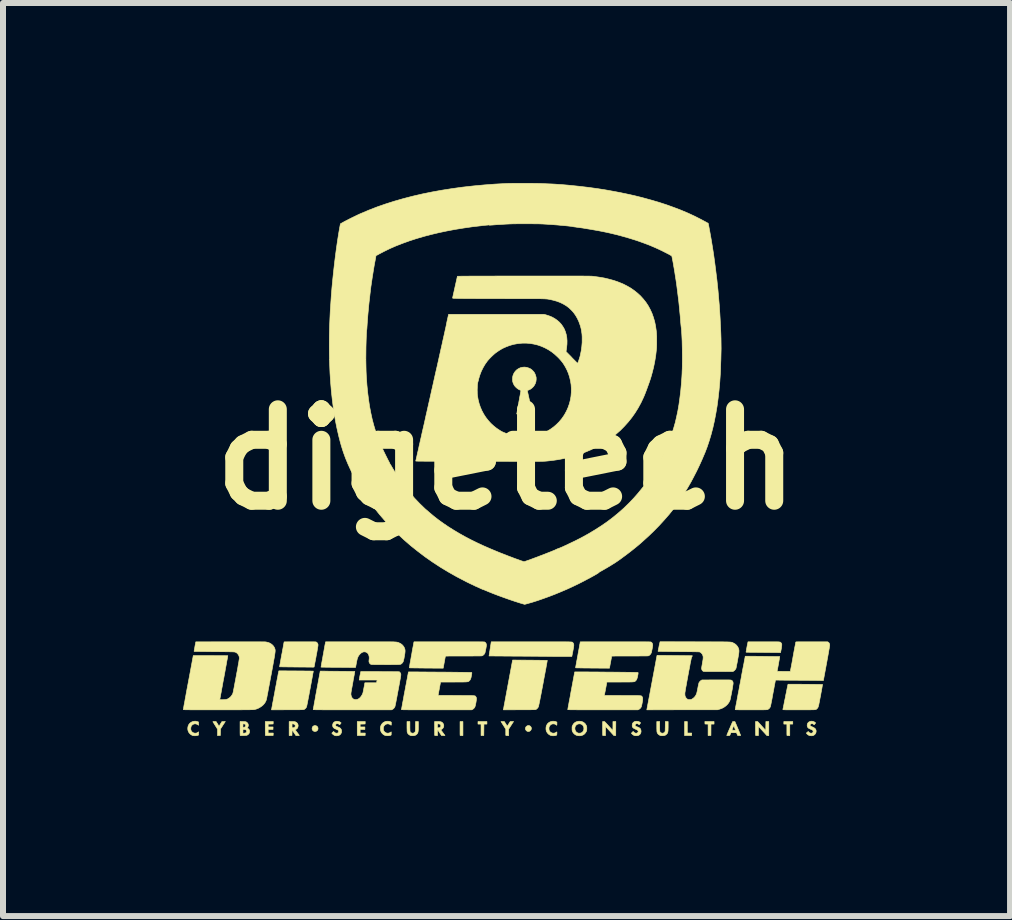
<source format=kicad_pcb>
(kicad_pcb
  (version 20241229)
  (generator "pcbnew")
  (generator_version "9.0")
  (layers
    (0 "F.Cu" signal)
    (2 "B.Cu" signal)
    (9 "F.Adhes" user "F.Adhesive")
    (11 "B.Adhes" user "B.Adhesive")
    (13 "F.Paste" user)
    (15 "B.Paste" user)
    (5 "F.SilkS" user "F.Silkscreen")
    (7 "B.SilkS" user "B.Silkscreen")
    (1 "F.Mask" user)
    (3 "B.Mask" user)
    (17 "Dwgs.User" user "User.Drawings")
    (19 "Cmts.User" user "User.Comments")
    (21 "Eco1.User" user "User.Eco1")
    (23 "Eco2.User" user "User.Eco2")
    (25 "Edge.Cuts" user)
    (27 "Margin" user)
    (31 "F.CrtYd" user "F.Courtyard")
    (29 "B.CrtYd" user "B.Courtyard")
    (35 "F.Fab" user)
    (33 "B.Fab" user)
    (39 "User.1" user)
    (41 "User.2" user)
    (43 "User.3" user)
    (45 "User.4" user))
  (footprint "digetech"
    (layer "F.Cu")
    (at 5.39 4.606)
    (property "Reference" "digetech" (at 0 0 0) (layer "F.SilkS") (effects (font (size 1.524 1.524) (thickness 0.3))))
    (attr through_hole)
    (fp_poly (pts (xy 3.014 4.561) (xy 3.088 4.561) (xy 3.086 4.602) (xy 3.028 4.602) (xy 2.969 4.603) (xy 2.969 4.369) (xy 3.014 4.369) (xy 3.014 4.561)) (stroke (width 0.01) (type solid)) (fill yes) (layer "F.SilkS"))
    (fp_poly (pts (xy -0.325 4.411) (xy -0.375 4.411) (xy -0.377 4.602) (xy -0.4 4.602) (xy -0.423 4.603) (xy -0.423 4.411) (xy -0.474 4.411) (xy -0.474 4.369) (xy -0.325 4.369) (xy -0.325 4.411)) (stroke (width 0.01) (type solid)) (fill yes) (layer "F.SilkS"))
    (fp_poly (pts (xy 3.46 4.411) (xy 3.409 4.411) (xy 3.408 4.602) (xy 3.385 4.602) (xy 3.361 4.603) (xy 3.361 4.411) (xy 3.335 4.411) (xy 3.309 4.41) (xy 3.307 4.369) (xy 3.46 4.369) (xy 3.46 4.411)) (stroke (width 0.01) (type solid)) (fill yes) (layer "F.SilkS"))
    (fp_poly (pts (xy -0.725 4.603) (xy -0.747 4.603) (xy -0.758 4.603) (xy -0.766 4.602) (xy -0.771 4.601) (xy -0.771 4.601) (xy -0.772 4.598) (xy -0.772 4.59) (xy -0.773 4.577) (xy -0.773 4.561) (xy -0.773 4.541) (xy -0.773 4.519) (xy -0.773 4.494) (xy -0.773 4.484) (xy -0.773 4.369) (xy -0.725 4.369) (xy -0.725 4.603)) (stroke (width 0.01) (type solid)) (fill yes) (layer "F.SilkS"))
    (fp_poly (pts (xy 4.772 4.411) (xy 4.722 4.411) (xy 4.722 4.603) (xy 4.699 4.603) (xy 4.689 4.603) (xy 4.68 4.602) (xy 4.676 4.601) (xy 4.675 4.601) (xy 4.675 4.598) (xy 4.675 4.59) (xy 4.674 4.577) (xy 4.674 4.561) (xy 4.674 4.542) (xy 4.674 4.521) (xy 4.674 4.505) (xy 4.674 4.411) (xy 4.623 4.411) (xy 4.623 4.369) (xy 4.772 4.369) (xy 4.772 4.411)) (stroke (width 0.01) (type solid)) (fill yes) (layer "F.SilkS"))
    (fp_poly (pts (xy 0.377 4.436) (xy 0.392 4.442) (xy 0.404 4.452) (xy 0.412 4.465) (xy 0.416 4.479) (xy 0.415 4.494) (xy 0.409 4.508) (xy 0.403 4.517) (xy 0.39 4.528) (xy 0.376 4.534) (xy 0.362 4.535) (xy 0.347 4.531) (xy 0.346 4.531) (xy 0.332 4.521) (xy 0.322 4.508) (xy 0.317 4.493) (xy 0.316 4.486) (xy 0.319 4.471) (xy 0.326 4.457) (xy 0.336 4.447) (xy 0.349 4.439) (xy 0.364 4.436) (xy 0.377 4.436)) (stroke (width 0.01) (type solid)) (fill yes) (layer "F.SilkS"))
    (fp_poly (pts (xy -3.173 4.439) (xy -3.159 4.446) (xy -3.148 4.458) (xy -3.141 4.473) (xy -3.141 4.474) (xy -3.14 4.489) (xy -3.143 4.504) (xy -3.151 4.517) (xy -3.163 4.527) (xy -3.167 4.529) (xy -3.183 4.534) (xy -3.198 4.534) (xy -3.211 4.53) (xy -3.224 4.521) (xy -3.233 4.51) (xy -3.238 4.497) (xy -3.239 4.484) (xy -3.236 4.47) (xy -3.231 4.458) (xy -3.222 4.447) (xy -3.209 4.44) (xy -3.195 4.436) (xy -3.189 4.436) (xy -3.173 4.439)) (stroke (width 0.01) (type solid)) (fill yes) (layer "F.SilkS"))
    (fp_poly (pts (xy -2.355 4.41) (xy -2.397 4.411) (xy -2.438 4.411) (xy -2.438 4.459) (xy -2.359 4.459) (xy -2.359 4.501) (xy -2.438 4.501) (xy -2.438 4.561) (xy -2.353 4.561) (xy -2.355 4.602) (xy -2.419 4.602) (xy -2.437 4.603) (xy -2.454 4.602) (xy -2.468 4.602) (xy -2.478 4.602) (xy -2.483 4.601) (xy -2.484 4.601) (xy -2.485 4.598) (xy -2.485 4.59) (xy -2.486 4.577) (xy -2.486 4.561) (xy -2.486 4.541) (xy -2.486 4.519) (xy -2.486 4.494) (xy -2.486 4.484) (xy -2.486 4.369) (xy -2.353 4.369) (xy -2.355 4.41)) (stroke (width 0.01) (type solid)) (fill yes) (layer "F.SilkS"))
    (fp_poly (pts (xy 1.705 4.444) (xy 1.774 4.519) (xy 1.775 4.444) (xy 1.775 4.369) (xy 1.823 4.369) (xy 1.822 4.485) (xy 1.822 4.602) (xy 1.806 4.602) (xy 1.791 4.603) (xy 1.722 4.527) (xy 1.652 4.451) (xy 1.651 4.603) (xy 1.629 4.603) (xy 1.618 4.603) (xy 1.61 4.602) (xy 1.605 4.601) (xy 1.605 4.601) (xy 1.604 4.598) (xy 1.604 4.59) (xy 1.604 4.577) (xy 1.603 4.561) (xy 1.603 4.541) (xy 1.603 4.519) (xy 1.603 4.494) (xy 1.603 4.484) (xy 1.603 4.369) (xy 1.636 4.369) (xy 1.705 4.444)) (stroke (width 0.01) (type solid)) (fill yes) (layer "F.SilkS"))
    (fp_poly (pts (xy 4.372 4.603) (xy 4.341 4.603) (xy 4.271 4.526) (xy 4.201 4.45) (xy 4.2 4.526) (xy 4.199 4.603) (xy 4.177 4.603) (xy 4.167 4.603) (xy 4.158 4.602) (xy 4.154 4.601) (xy 4.153 4.601) (xy 4.153 4.598) (xy 4.153 4.59) (xy 4.152 4.577) (xy 4.152 4.561) (xy 4.152 4.541) (xy 4.152 4.519) (xy 4.151 4.494) (xy 4.151 4.484) (xy 4.151 4.369) (xy 4.169 4.369) (xy 4.187 4.369) (xy 4.255 4.444) (xy 4.322 4.518) (xy 4.323 4.444) (xy 4.324 4.369) (xy 4.372 4.369) (xy 4.372 4.603)) (stroke (width 0.01) (type solid)) (fill yes) (layer "F.SilkS"))
    (fp_poly (pts (xy -4.69 4.376) (xy -4.693 4.381) (xy -4.699 4.39) (xy -4.706 4.401) (xy -4.716 4.415) (xy -4.726 4.431) (xy -4.73 4.438) (xy -4.765 4.492) (xy -4.768 4.602) (xy -4.791 4.602) (xy -4.815 4.603) (xy -4.815 4.495) (xy -4.852 4.436) (xy -4.863 4.419) (xy -4.872 4.404) (xy -4.88 4.391) (xy -4.887 4.381) (xy -4.891 4.374) (xy -4.892 4.372) (xy -4.892 4.371) (xy -4.888 4.37) (xy -4.88 4.369) (xy -4.867 4.369) (xy -4.839 4.369) (xy -4.814 4.408) (xy -4.79 4.448) (xy -4.742 4.37) (xy -4.684 4.369) (xy -4.69 4.376)) (stroke (width 0.01) (type solid)) (fill yes) (layer "F.SilkS"))
    (fp_poly (pts (xy -3.887 4.389) (xy -3.888 4.41) (xy -3.929 4.411) (xy -3.971 4.411) (xy -3.971 4.459) (xy -3.889 4.459) (xy -3.89 4.48) (xy -3.89 4.5) (xy -3.931 4.501) (xy -3.971 4.502) (xy -3.971 4.561) (xy -3.886 4.561) (xy -3.887 4.581) (xy -3.888 4.602) (xy -3.951 4.602) (xy -3.97 4.603) (xy -3.986 4.602) (xy -4 4.602) (xy -4.01 4.602) (xy -4.016 4.601) (xy -4.017 4.601) (xy -4.017 4.598) (xy -4.018 4.59) (xy -4.018 4.577) (xy -4.018 4.561) (xy -4.019 4.541) (xy -4.019 4.519) (xy -4.019 4.494) (xy -4.019 4.484) (xy -4.019 4.369) (xy -3.886 4.369) (xy -3.887 4.389)) (stroke (width 0.01) (type solid)) (fill yes) (layer "F.SilkS"))
    (fp_poly (pts (xy -0.011 4.407) (xy -0.003 4.42) (xy 0.004 4.431) (xy 0.009 4.439) (xy 0.013 4.444) (xy 0.014 4.445) (xy 0.016 4.443) (xy 0.02 4.436) (xy 0.026 4.427) (xy 0.034 4.415) (xy 0.039 4.407) (xy 0.063 4.369) (xy 0.119 4.369) (xy 0.103 4.393) (xy 0.095 4.405) (xy 0.086 4.42) (xy 0.075 4.436) (xy 0.065 4.452) (xy 0.062 4.457) (xy 0.037 4.495) (xy 0.037 4.603) (xy 0.015 4.603) (xy 0.004 4.603) (xy -0.004 4.602) (xy -0.009 4.601) (xy -0.009 4.601) (xy -0.01 4.598) (xy -0.011 4.59) (xy -0.011 4.578) (xy -0.011 4.563) (xy -0.011 4.547) (xy -0.011 4.495) (xy -0.047 4.438) (xy -0.057 4.422) (xy -0.067 4.407) (xy -0.075 4.394) (xy -0.082 4.384) (xy -0.086 4.377) (xy -0.087 4.375) (xy -0.091 4.369) (xy -0.035 4.369) (xy -0.011 4.407)) (stroke (width 0.01) (type solid)) (fill yes) (layer "F.SilkS"))
    (fp_poly (pts (xy -5.157 4.368) (xy -5.151 4.37) (xy -5.132 4.376) (xy -5.131 4.403) (xy -5.131 4.431) (xy -5.145 4.421) (xy -5.163 4.412) (xy -5.182 4.407) (xy -5.201 4.408) (xy -5.219 4.414) (xy -5.234 4.424) (xy -5.248 4.438) (xy -5.251 4.443) (xy -5.257 4.458) (xy -5.26 4.475) (xy -5.261 4.493) (xy -5.26 4.502) (xy -5.255 4.52) (xy -5.245 4.536) (xy -5.232 4.548) (xy -5.216 4.557) (xy -5.199 4.562) (xy -5.181 4.563) (xy -5.163 4.56) (xy -5.145 4.551) (xy -5.141 4.548) (xy -5.131 4.54) (xy -5.131 4.594) (xy -5.146 4.6) (xy -5.159 4.603) (xy -5.176 4.605) (xy -5.193 4.606) (xy -5.211 4.605) (xy -5.225 4.603) (xy -5.229 4.602) (xy -5.248 4.593) (xy -5.266 4.581) (xy -5.282 4.565) (xy -5.295 4.547) (xy -5.299 4.541) (xy -5.307 4.518) (xy -5.311 4.494) (xy -5.31 4.469) (xy -5.305 4.445) (xy -5.296 4.423) (xy -5.282 4.404) (xy -5.275 4.396) (xy -5.254 4.381) (xy -5.232 4.37) (xy -5.207 4.364) (xy -5.182 4.363) (xy -5.157 4.368)) (stroke (width 0.01) (type solid)) (fill yes) (layer "F.SilkS"))
    (fp_poly (pts (xy -3.555 4.369) (xy -3.538 4.37) (xy -3.524 4.372) (xy -3.512 4.376) (xy -3.503 4.381) (xy -3.494 4.387) (xy -3.493 4.388) (xy -3.481 4.403) (xy -3.474 4.419) (xy -3.471 4.436) (xy -3.474 4.457) (xy -3.48 4.474) (xy -3.491 4.488) (xy -3.507 4.499) (xy -3.508 4.499) (xy -3.521 4.506) (xy -3.487 4.552) (xy -3.476 4.566) (xy -3.467 4.579) (xy -3.459 4.589) (xy -3.454 4.597) (xy -3.452 4.601) (xy -3.452 4.601) (xy -3.454 4.602) (xy -3.461 4.603) (xy -3.472 4.603) (xy -3.48 4.603) (xy -3.508 4.603) (xy -3.54 4.556) (xy -3.572 4.508) (xy -3.573 4.555) (xy -3.574 4.602) (xy -3.598 4.602) (xy -3.621 4.603) (xy -3.621 4.408) (xy -3.573 4.408) (xy -3.573 4.473) (xy -3.559 4.473) (xy -3.548 4.472) (xy -3.539 4.47) (xy -3.536 4.469) (xy -3.528 4.462) (xy -3.522 4.452) (xy -3.519 4.442) (xy -3.519 4.442) (xy -3.522 4.429) (xy -3.529 4.419) (xy -3.54 4.412) (xy -3.555 4.409) (xy -3.56 4.408) (xy -3.573 4.408) (xy -3.621 4.408) (xy -3.621 4.369) (xy -3.578 4.369) (xy -3.555 4.369)) (stroke (width 0.01) (type solid)) (fill yes) (layer "F.SilkS"))
    (fp_poly (pts (xy 3.856 4.483) (xy 3.866 4.507) (xy 3.875 4.529) (xy 3.883 4.549) (xy 3.89 4.567) (xy 3.896 4.581) (xy 3.9 4.592) (xy 3.903 4.598) (xy 3.903 4.6) (xy 3.902 4.601) (xy 3.897 4.602) (xy 3.888 4.603) (xy 3.879 4.602) (xy 3.854 4.602) (xy 3.834 4.555) (xy 3.788 4.555) (xy 3.741 4.555) (xy 3.733 4.576) (xy 3.728 4.586) (xy 3.725 4.594) (xy 3.722 4.599) (xy 3.722 4.6) (xy 3.718 4.601) (xy 3.711 4.602) (xy 3.701 4.603) (xy 3.691 4.603) (xy 3.681 4.603) (xy 3.675 4.602) (xy 3.672 4.601) (xy 3.672 4.6) (xy 3.673 4.597) (xy 3.676 4.59) (xy 3.681 4.578) (xy 3.687 4.563) (xy 3.695 4.544) (xy 3.704 4.523) (xy 3.709 4.511) (xy 3.759 4.511) (xy 3.762 4.512) (xy 3.769 4.512) (xy 3.779 4.513) (xy 3.789 4.513) (xy 3.818 4.513) (xy 3.813 4.498) (xy 3.809 4.488) (xy 3.804 4.475) (xy 3.799 4.462) (xy 3.798 4.459) (xy 3.788 4.436) (xy 3.774 4.473) (xy 3.768 4.486) (xy 3.764 4.498) (xy 3.761 4.506) (xy 3.759 4.511) (xy 3.759 4.511) (xy 3.709 4.511) (xy 3.714 4.5) (xy 3.721 4.484) (xy 3.77 4.37) (xy 3.808 4.37) (xy 3.856 4.483)) (stroke (width 0.01) (type solid)) (fill yes) (layer "F.SilkS"))
    (fp_poly (pts (xy -1.609 4.45) (xy -1.609 4.476) (xy -1.608 4.497) (xy -1.608 4.513) (xy -1.607 4.526) (xy -1.605 4.535) (xy -1.603 4.542) (xy -1.6 4.547) (xy -1.596 4.551) (xy -1.591 4.555) (xy -1.586 4.557) (xy -1.57 4.563) (xy -1.555 4.563) (xy -1.541 4.558) (xy -1.529 4.549) (xy -1.523 4.541) (xy -1.521 4.538) (xy -1.52 4.534) (xy -1.519 4.529) (xy -1.518 4.522) (xy -1.517 4.513) (xy -1.517 4.501) (xy -1.516 4.484) (xy -1.516 4.463) (xy -1.516 4.45) (xy -1.515 4.369) (xy -1.468 4.369) (xy -1.468 4.436) (xy -1.468 4.466) (xy -1.468 4.491) (xy -1.469 4.512) (xy -1.471 4.528) (xy -1.473 4.542) (xy -1.476 4.553) (xy -1.48 4.563) (xy -1.485 4.57) (xy -1.492 4.578) (xy -1.495 4.581) (xy -1.507 4.591) (xy -1.519 4.598) (xy -1.533 4.602) (xy -1.55 4.605) (xy -1.559 4.605) (xy -1.573 4.605) (xy -1.583 4.605) (xy -1.591 4.604) (xy -1.599 4.601) (xy -1.604 4.599) (xy -1.621 4.59) (xy -1.636 4.577) (xy -1.647 4.562) (xy -1.652 4.549) (xy -1.654 4.543) (xy -1.655 4.536) (xy -1.655 4.526) (xy -1.656 4.514) (xy -1.656 4.498) (xy -1.657 4.477) (xy -1.657 4.452) (xy -1.657 4.369) (xy -1.609 4.369) (xy -1.609 4.45)) (stroke (width 0.01) (type solid)) (fill yes) (layer "F.SilkS"))
    (fp_poly (pts (xy 2.554 4.45) (xy 2.554 4.476) (xy 2.554 4.497) (xy 2.555 4.513) (xy 2.556 4.526) (xy 2.557 4.535) (xy 2.56 4.542) (xy 2.563 4.547) (xy 2.567 4.551) (xy 2.572 4.555) (xy 2.577 4.557) (xy 2.592 4.563) (xy 2.608 4.563) (xy 2.622 4.558) (xy 2.634 4.549) (xy 2.64 4.541) (xy 2.642 4.538) (xy 2.643 4.534) (xy 2.644 4.529) (xy 2.645 4.522) (xy 2.646 4.513) (xy 2.646 4.501) (xy 2.646 4.484) (xy 2.647 4.463) (xy 2.647 4.45) (xy 2.648 4.369) (xy 2.695 4.369) (xy 2.695 4.439) (xy 2.695 4.468) (xy 2.694 4.493) (xy 2.694 4.513) (xy 2.692 4.529) (xy 2.69 4.543) (xy 2.687 4.554) (xy 2.683 4.563) (xy 2.678 4.57) (xy 2.671 4.577) (xy 2.668 4.581) (xy 2.656 4.591) (xy 2.644 4.598) (xy 2.63 4.602) (xy 2.613 4.605) (xy 2.603 4.605) (xy 2.59 4.605) (xy 2.58 4.605) (xy 2.572 4.604) (xy 2.564 4.601) (xy 2.558 4.599) (xy 2.541 4.589) (xy 2.526 4.576) (xy 2.515 4.56) (xy 2.511 4.55) (xy 2.51 4.544) (xy 2.508 4.538) (xy 2.508 4.531) (xy 2.507 4.52) (xy 2.507 4.507) (xy 2.506 4.49) (xy 2.506 4.469) (xy 2.506 4.452) (xy 2.506 4.369) (xy 2.554 4.369) (xy 2.554 4.45)) (stroke (width 0.01) (type solid)) (fill yes) (layer "F.SilkS"))
    (fp_poly (pts (xy -1.97 4.364) (xy -1.952 4.366) (xy -1.936 4.371) (xy -1.934 4.372) (xy -1.919 4.378) (xy -1.919 4.404) (xy -1.919 4.418) (xy -1.92 4.426) (xy -1.922 4.43) (xy -1.924 4.43) (xy -1.928 4.426) (xy -1.932 4.423) (xy -1.94 4.418) (xy -1.946 4.415) (xy -1.964 4.409) (xy -1.982 4.407) (xy -2 4.411) (xy -2.017 4.419) (xy -2.031 4.431) (xy -2.042 4.446) (xy -2.049 4.463) (xy -2.051 4.475) (xy -2.051 4.49) (xy -2.05 4.505) (xy -2.047 4.517) (xy -2.045 4.521) (xy -2.034 4.538) (xy -2.019 4.55) (xy -2.002 4.559) (xy -1.984 4.563) (xy -1.966 4.562) (xy -1.947 4.557) (xy -1.932 4.548) (xy -1.926 4.544) (xy -1.921 4.541) (xy -1.921 4.541) (xy -1.92 4.544) (xy -1.92 4.551) (xy -1.92 4.561) (xy -1.92 4.567) (xy -1.921 4.593) (xy -1.932 4.599) (xy -1.942 4.602) (xy -1.956 4.604) (xy -1.972 4.605) (xy -1.988 4.605) (xy -2.004 4.604) (xy -2.016 4.602) (xy -2.021 4.601) (xy -2.036 4.594) (xy -2.048 4.587) (xy -2.06 4.577) (xy -2.067 4.571) (xy -2.083 4.551) (xy -2.094 4.528) (xy -2.1 4.503) (xy -2.101 4.477) (xy -2.1 4.465) (xy -2.093 4.439) (xy -2.081 4.416) (xy -2.066 4.397) (xy -2.047 4.382) (xy -2.024 4.371) (xy -2.007 4.366) (xy -1.989 4.364) (xy -1.97 4.364)) (stroke (width 0.01) (type solid)) (fill yes) (layer "F.SilkS"))
    (fp_poly (pts (xy 0.815 4.368) (xy 0.83 4.374) (xy 0.841 4.378) (xy 0.841 4.405) (xy 0.841 4.416) (xy 0.84 4.425) (xy 0.839 4.43) (xy 0.839 4.431) (xy 0.835 4.429) (xy 0.831 4.426) (xy 0.823 4.419) (xy 0.81 4.413) (xy 0.797 4.409) (xy 0.783 4.408) (xy 0.782 4.408) (xy 0.761 4.41) (xy 0.744 4.418) (xy 0.729 4.43) (xy 0.718 4.447) (xy 0.716 4.45) (xy 0.712 4.46) (xy 0.709 4.468) (xy 0.709 4.477) (xy 0.709 4.488) (xy 0.709 4.49) (xy 0.71 4.504) (xy 0.713 4.516) (xy 0.715 4.522) (xy 0.726 4.538) (xy 0.74 4.55) (xy 0.757 4.558) (xy 0.775 4.563) (xy 0.794 4.562) (xy 0.812 4.558) (xy 0.828 4.548) (xy 0.834 4.544) (xy 0.839 4.541) (xy 0.839 4.541) (xy 0.841 4.544) (xy 0.841 4.55) (xy 0.841 4.56) (xy 0.841 4.57) (xy 0.84 4.58) (xy 0.839 4.588) (xy 0.838 4.593) (xy 0.837 4.594) (xy 0.828 4.599) (xy 0.814 4.603) (xy 0.797 4.605) (xy 0.78 4.606) (xy 0.762 4.605) (xy 0.746 4.603) (xy 0.737 4.6) (xy 0.717 4.59) (xy 0.698 4.576) (xy 0.682 4.558) (xy 0.67 4.538) (xy 0.666 4.53) (xy 0.66 4.507) (xy 0.659 4.483) (xy 0.661 4.458) (xy 0.668 4.435) (xy 0.671 4.429) (xy 0.683 4.408) (xy 0.7 4.391) (xy 0.72 4.378) (xy 0.742 4.369) (xy 0.765 4.364) (xy 0.79 4.364) (xy 0.815 4.368)) (stroke (width 0.01) (type solid)) (fill yes) (layer "F.SilkS"))
    (fp_poly (pts (xy 4.373 3.04) (xy 4.408 3.04) (xy 4.438 3.04) (xy 4.465 3.04) (xy 4.487 3.04) (xy 4.506 3.04) (xy 4.521 3.041) (xy 4.534 3.041) (xy 4.544 3.042) (xy 4.552 3.043) (xy 4.558 3.044) (xy 4.563 3.045) (xy 4.566 3.047) (xy 4.569 3.049) (xy 4.571 3.051) (xy 4.573 3.053) (xy 4.575 3.055) (xy 4.581 3.062) (xy 4.585 3.07) (xy 4.588 3.079) (xy 4.589 3.09) (xy 4.588 3.104) (xy 4.586 3.121) (xy 4.583 3.143) (xy 4.579 3.165) (xy 4.576 3.181) (xy 4.573 3.196) (xy 4.571 3.208) (xy 4.57 3.216) (xy 4.569 3.219) (xy 4.569 3.219) (xy 4.567 3.219) (xy 4.559 3.22) (xy 4.549 3.22) (xy 4.536 3.22) (xy 4.535 3.22) (xy 4.527 3.22) (xy 4.513 3.219) (xy 4.496 3.219) (xy 4.473 3.219) (xy 4.448 3.219) (xy 4.419 3.219) (xy 4.387 3.218) (xy 4.352 3.218) (xy 4.316 3.218) (xy 4.279 3.217) (xy 4.248 3.217) (xy 4.211 3.217) (xy 4.175 3.216) (xy 4.141 3.216) (xy 4.11 3.215) (xy 4.082 3.215) (xy 4.057 3.215) (xy 4.035 3.214) (xy 4.018 3.214) (xy 4.005 3.214) (xy 3.997 3.213) (xy 3.994 3.213) (xy 3.994 3.212) (xy 3.994 3.208) (xy 3.995 3.201) (xy 3.997 3.192) (xy 3.999 3.178) (xy 4.002 3.161) (xy 4.006 3.139) (xy 4.011 3.113) (xy 4.015 3.092) (xy 4.026 3.04) (xy 4.288 3.04) (xy 4.333 3.04) (xy 4.373 3.04)) (stroke (width 0.01) (type solid)) (fill yes) (layer "F.SilkS"))
    (fp_poly (pts (xy 0.336 -1.534) (xy 0.368 -1.524) (xy 0.387 -1.516) (xy 0.4 -1.51) (xy 0.41 -1.503) (xy 0.42 -1.496) (xy 0.431 -1.486) (xy 0.438 -1.479) (xy 0.449 -1.467) (xy 0.458 -1.457) (xy 0.465 -1.447) (xy 0.471 -1.435) (xy 0.475 -1.428) (xy 0.487 -1.397) (xy 0.495 -1.367) (xy 0.496 -1.336) (xy 0.493 -1.305) (xy 0.493 -1.303) (xy 0.484 -1.271) (xy 0.47 -1.242) (xy 0.452 -1.215) (xy 0.429 -1.192) (xy 0.403 -1.172) (xy 0.373 -1.157) (xy 0.37 -1.156) (xy 0.348 -1.147) (xy 0.434 -0.756) (xy 0.172 -0.756) (xy 0.173 -0.766) (xy 0.174 -0.77) (xy 0.176 -0.779) (xy 0.178 -0.793) (xy 0.181 -0.811) (xy 0.185 -0.833) (xy 0.19 -0.858) (xy 0.195 -0.885) (xy 0.2 -0.914) (xy 0.205 -0.945) (xy 0.207 -0.957) (xy 0.213 -0.988) (xy 0.218 -1.018) (xy 0.223 -1.046) (xy 0.228 -1.071) (xy 0.232 -1.094) (xy 0.235 -1.113) (xy 0.238 -1.128) (xy 0.24 -1.138) (xy 0.241 -1.144) (xy 0.241 -1.145) (xy 0.241 -1.148) (xy 0.238 -1.151) (xy 0.23 -1.154) (xy 0.214 -1.161) (xy 0.195 -1.172) (xy 0.177 -1.185) (xy 0.159 -1.201) (xy 0.143 -1.218) (xy 0.13 -1.235) (xy 0.128 -1.239) (xy 0.113 -1.269) (xy 0.104 -1.299) (xy 0.101 -1.33) (xy 0.102 -1.36) (xy 0.107 -1.39) (xy 0.117 -1.419) (xy 0.131 -1.446) (xy 0.149 -1.47) (xy 0.171 -1.492) (xy 0.197 -1.51) (xy 0.225 -1.524) (xy 0.238 -1.529) (xy 0.271 -1.536) (xy 0.303 -1.538) (xy 0.336 -1.534)) (stroke (width 0.01) (type solid)) (fill yes) (layer "F.SilkS"))
    (fp_poly (pts (xy -1.13 4.369) (xy -1.112 4.37) (xy -1.098 4.372) (xy -1.087 4.375) (xy -1.078 4.379) (xy -1.07 4.385) (xy -1.063 4.391) (xy -1.052 4.407) (xy -1.046 4.424) (xy -1.044 4.441) (xy -1.047 4.458) (xy -1.054 4.474) (xy -1.065 4.488) (xy -1.08 4.499) (xy -1.086 4.502) (xy -1.095 4.506) (xy -1.06 4.553) (xy -1.049 4.567) (xy -1.04 4.58) (xy -1.032 4.59) (xy -1.027 4.598) (xy -1.025 4.601) (xy -1.024 4.602) (xy -1.027 4.602) (xy -1.034 4.603) (xy -1.045 4.603) (xy -1.053 4.602) (xy -1.082 4.602) (xy -1.112 4.557) (xy -1.121 4.543) (xy -1.13 4.53) (xy -1.137 4.52) (xy -1.142 4.513) (xy -1.145 4.511) (xy -1.145 4.511) (xy -1.147 4.512) (xy -1.148 4.516) (xy -1.148 4.524) (xy -1.149 4.536) (xy -1.149 4.554) (xy -1.149 4.556) (xy -1.149 4.603) (xy -1.171 4.603) (xy -1.181 4.603) (xy -1.19 4.602) (xy -1.194 4.601) (xy -1.195 4.601) (xy -1.195 4.598) (xy -1.196 4.59) (xy -1.196 4.577) (xy -1.196 4.561) (xy -1.196 4.541) (xy -1.197 4.519) (xy -1.197 4.494) (xy -1.197 4.484) (xy -1.197 4.473) (xy -1.149 4.473) (xy -1.132 4.473) (xy -1.118 4.472) (xy -1.107 4.468) (xy -1.099 4.46) (xy -1.094 4.449) (xy -1.093 4.437) (xy -1.097 4.426) (xy -1.104 4.417) (xy -1.109 4.413) (xy -1.119 4.41) (xy -1.13 4.408) (xy -1.134 4.408) (xy -1.149 4.408) (xy -1.149 4.473) (xy -1.197 4.473) (xy -1.197 4.369) (xy -1.152 4.369) (xy -1.13 4.369)) (stroke (width 0.01) (type solid)) (fill yes) (layer "F.SilkS"))
    (fp_poly (pts (xy 2.18 4.365) (xy 2.198 4.368) (xy 2.214 4.374) (xy 2.228 4.382) (xy 2.231 4.386) (xy 2.234 4.389) (xy 2.234 4.393) (xy 2.232 4.398) (xy 2.228 4.402) (xy 2.221 4.412) (xy 2.217 4.418) (xy 2.213 4.421) (xy 2.211 4.422) (xy 2.209 4.42) (xy 2.206 4.418) (xy 2.195 4.409) (xy 2.182 4.405) (xy 2.174 4.405) (xy 2.161 4.407) (xy 2.152 4.412) (xy 2.146 4.422) (xy 2.145 4.427) (xy 2.146 4.436) (xy 2.149 4.442) (xy 2.155 4.448) (xy 2.166 4.453) (xy 2.175 4.456) (xy 2.198 4.465) (xy 2.215 4.474) (xy 2.228 4.484) (xy 2.236 4.496) (xy 2.241 4.51) (xy 2.243 4.526) (xy 2.244 4.531) (xy 2.241 4.552) (xy 2.234 4.57) (xy 2.222 4.586) (xy 2.206 4.597) (xy 2.195 4.602) (xy 2.186 4.604) (xy 2.174 4.605) (xy 2.16 4.605) (xy 2.147 4.605) (xy 2.137 4.603) (xy 2.132 4.602) (xy 2.117 4.595) (xy 2.104 4.586) (xy 2.094 4.576) (xy 2.082 4.564) (xy 2.097 4.548) (xy 2.112 4.533) (xy 2.123 4.545) (xy 2.135 4.556) (xy 2.149 4.562) (xy 2.165 4.563) (xy 2.167 4.563) (xy 2.18 4.559) (xy 2.189 4.552) (xy 2.195 4.541) (xy 2.196 4.534) (xy 2.193 4.523) (xy 2.186 4.514) (xy 2.174 4.506) (xy 2.158 4.499) (xy 2.138 4.49) (xy 2.122 4.482) (xy 2.111 4.473) (xy 2.103 4.464) (xy 2.099 4.457) (xy 2.097 4.45) (xy 2.096 4.441) (xy 2.096 4.433) (xy 2.098 4.412) (xy 2.105 4.395) (xy 2.117 4.381) (xy 2.133 4.371) (xy 2.144 4.367) (xy 2.161 4.364) (xy 2.18 4.365)) (stroke (width 0.01) (type solid)) (fill yes) (layer "F.SilkS"))
    (fp_poly (pts (xy 1.252 4.368) (xy 1.276 4.377) (xy 1.297 4.391) (xy 1.315 4.408) (xy 1.328 4.43) (xy 1.333 4.439) (xy 1.336 4.448) (xy 1.338 4.457) (xy 1.339 4.468) (xy 1.339 4.483) (xy 1.339 4.486) (xy 1.339 4.5) (xy 1.338 4.51) (xy 1.337 4.518) (xy 1.335 4.525) (xy 1.331 4.533) (xy 1.33 4.537) (xy 1.316 4.559) (xy 1.299 4.578) (xy 1.278 4.592) (xy 1.256 4.601) (xy 1.239 4.605) (xy 1.219 4.606) (xy 1.199 4.605) (xy 1.181 4.602) (xy 1.169 4.599) (xy 1.146 4.588) (xy 1.127 4.572) (xy 1.112 4.555) (xy 1.105 4.543) (xy 1.099 4.532) (xy 1.096 4.521) (xy 1.094 4.509) (xy 1.094 4.493) (xy 1.094 4.491) (xy 1.141 4.491) (xy 1.144 4.509) (xy 1.151 4.525) (xy 1.161 4.54) (xy 1.175 4.552) (xy 1.192 4.56) (xy 1.194 4.561) (xy 1.206 4.563) (xy 1.221 4.563) (xy 1.235 4.561) (xy 1.242 4.559) (xy 1.259 4.551) (xy 1.273 4.538) (xy 1.283 4.522) (xy 1.289 4.504) (xy 1.291 4.485) (xy 1.289 4.465) (xy 1.282 4.446) (xy 1.272 4.431) (xy 1.258 4.419) (xy 1.242 4.411) (xy 1.223 4.407) (xy 1.204 4.408) (xy 1.185 4.413) (xy 1.181 4.415) (xy 1.165 4.426) (xy 1.153 4.44) (xy 1.145 4.455) (xy 1.141 4.473) (xy 1.141 4.491) (xy 1.094 4.491) (xy 1.094 4.485) (xy 1.094 4.47) (xy 1.094 4.46) (xy 1.095 4.452) (xy 1.097 4.445) (xy 1.101 4.437) (xy 1.103 4.433) (xy 1.116 4.41) (xy 1.133 4.392) (xy 1.154 4.378) (xy 1.177 4.369) (xy 1.203 4.364) (xy 1.225 4.364) (xy 1.252 4.368)) (stroke (width 0.01) (type solid)) (fill yes) (layer "F.SilkS"))
    (fp_poly (pts (xy 5.103 4.365) (xy 5.123 4.371) (xy 5.139 4.38) (xy 5.145 4.385) (xy 5.153 4.392) (xy 5.142 4.407) (xy 5.136 4.415) (xy 5.131 4.42) (xy 5.128 4.422) (xy 5.126 4.421) (xy 5.12 4.416) (xy 5.119 4.415) (xy 5.109 4.408) (xy 5.098 4.405) (xy 5.086 4.405) (xy 5.075 4.408) (xy 5.067 4.413) (xy 5.061 4.421) (xy 5.06 4.428) (xy 5.061 4.435) (xy 5.065 4.441) (xy 5.071 4.446) (xy 5.082 4.452) (xy 5.097 4.458) (xy 5.098 4.458) (xy 5.121 4.469) (xy 5.139 4.481) (xy 5.152 4.495) (xy 5.159 4.511) (xy 5.162 4.528) (xy 5.159 4.548) (xy 5.158 4.554) (xy 5.15 4.57) (xy 5.139 4.585) (xy 5.124 4.596) (xy 5.118 4.599) (xy 5.109 4.603) (xy 5.099 4.605) (xy 5.087 4.606) (xy 5.081 4.606) (xy 5.07 4.605) (xy 5.059 4.604) (xy 5.052 4.603) (xy 5.052 4.603) (xy 5.037 4.597) (xy 5.022 4.587) (xy 5.01 4.576) (xy 5.004 4.569) (xy 4.998 4.561) (xy 5.014 4.548) (xy 5.03 4.534) (xy 5.037 4.544) (xy 5.048 4.554) (xy 5.061 4.56) (xy 5.076 4.563) (xy 5.09 4.562) (xy 5.097 4.559) (xy 5.105 4.553) (xy 5.11 4.545) (xy 5.111 4.533) (xy 5.111 4.533) (xy 5.11 4.524) (xy 5.107 4.518) (xy 5.101 4.512) (xy 5.091 4.506) (xy 5.077 4.5) (xy 5.07 4.497) (xy 5.05 4.488) (xy 5.034 4.479) (xy 5.023 4.468) (xy 5.016 4.456) (xy 5.013 4.442) (xy 5.012 4.43) (xy 5.015 4.411) (xy 5.022 4.395) (xy 5.034 4.381) (xy 5.05 4.371) (xy 5.064 4.366) (xy 5.083 4.363) (xy 5.103 4.365)) (stroke (width 0.01) (type solid)) (fill yes) (layer "F.SilkS"))
    (fp_poly (pts (xy 0.391 3.346) (xy 0.431 3.346) (xy 0.469 3.347) (xy 0.505 3.347) (xy 0.539 3.347) (xy 0.57 3.348) (xy 0.598 3.348) (xy 0.623 3.348) (xy 0.644 3.349) (xy 0.66 3.349) (xy 0.672 3.349) (xy 0.679 3.349) (xy 0.681 3.35) (xy 0.68 3.353) (xy 0.679 3.361) (xy 0.677 3.374) (xy 0.674 3.391) (xy 0.67 3.413) (xy 0.665 3.439) (xy 0.66 3.469) (xy 0.654 3.502) (xy 0.647 3.537) (xy 0.64 3.576) (xy 0.632 3.617) (xy 0.624 3.659) (xy 0.616 3.704) (xy 0.611 3.731) (xy 0.6 3.789) (xy 0.59 3.841) (xy 0.581 3.889) (xy 0.573 3.931) (xy 0.565 3.969) (xy 0.559 4.002) (xy 0.553 4.031) (xy 0.548 4.055) (xy 0.544 4.076) (xy 0.54 4.092) (xy 0.538 4.105) (xy 0.535 4.115) (xy 0.533 4.122) (xy 0.532 4.125) (xy 0.522 4.141) (xy 0.509 4.155) (xy 0.495 4.166) (xy 0.492 4.167) (xy 0.49 4.168) (xy 0.488 4.169) (xy 0.485 4.17) (xy 0.481 4.17) (xy 0.476 4.171) (xy 0.469 4.171) (xy 0.46 4.172) (xy 0.448 4.172) (xy 0.434 4.172) (xy 0.417 4.172) (xy 0.396 4.173) (xy 0.372 4.173) (xy 0.343 4.173) (xy 0.31 4.173) (xy 0.272 4.173) (xy 0.229 4.173) (xy 0.215 4.173) (xy -0.051 4.174) (xy -0.05 4.168) (xy -0.05 4.164) (xy -0.048 4.156) (xy -0.045 4.142) (xy -0.042 4.124) (xy -0.038 4.101) (xy -0.033 4.075) (xy -0.027 4.044) (xy -0.021 4.011) (xy -0.014 3.974) (xy -0.007 3.935) (xy 0.001 3.893) (xy 0.009 3.849) (xy 0.018 3.804) (xy 0.026 3.756) (xy 0.027 3.753) (xy 0.103 3.344) (xy 0.391 3.346)) (stroke (width 0.01) (type solid)) (fill yes) (layer "F.SilkS"))
    (fp_poly (pts (xy -2.81 4.365) (xy -2.79 4.369) (xy -2.774 4.377) (xy -2.762 4.385) (xy -2.755 4.392) (xy -2.765 4.405) (xy -2.771 4.413) (xy -2.776 4.419) (xy -2.778 4.421) (xy -2.781 4.421) (xy -2.787 4.417) (xy -2.788 4.416) (xy -2.798 4.409) (xy -2.811 4.405) (xy -2.823 4.405) (xy -2.835 4.408) (xy -2.843 4.414) (xy -2.847 4.423) (xy -2.847 4.432) (xy -2.845 4.441) (xy -2.842 4.443) (xy -2.837 4.446) (xy -2.829 4.451) (xy -2.818 4.456) (xy -2.813 4.457) (xy -2.798 4.464) (xy -2.786 4.469) (xy -2.778 4.473) (xy -2.771 4.478) (xy -2.765 4.484) (xy -2.762 4.487) (xy -2.753 4.501) (xy -2.748 4.518) (xy -2.747 4.536) (xy -2.75 4.554) (xy -2.758 4.57) (xy -2.769 4.585) (xy -2.776 4.59) (xy -2.788 4.598) (xy -2.801 4.603) (xy -2.817 4.605) (xy -2.83 4.606) (xy -2.842 4.606) (xy -2.851 4.604) (xy -2.86 4.602) (xy -2.87 4.597) (xy -2.883 4.589) (xy -2.894 4.58) (xy -2.898 4.576) (xy -2.91 4.563) (xy -2.902 4.554) (xy -2.895 4.547) (xy -2.887 4.541) (xy -2.886 4.54) (xy -2.878 4.534) (xy -2.871 4.544) (xy -2.861 4.553) (xy -2.848 4.56) (xy -2.835 4.563) (xy -2.822 4.563) (xy -2.811 4.559) (xy -2.802 4.552) (xy -2.801 4.551) (xy -2.797 4.541) (xy -2.797 4.53) (xy -2.8 4.52) (xy -2.803 4.515) (xy -2.808 4.511) (xy -2.818 4.506) (xy -2.829 4.501) (xy -2.837 4.497) (xy -2.859 4.488) (xy -2.875 4.478) (xy -2.886 4.467) (xy -2.893 4.454) (xy -2.896 4.44) (xy -2.897 4.432) (xy -2.894 4.412) (xy -2.887 4.395) (xy -2.875 4.381) (xy -2.859 4.371) (xy -2.848 4.367) (xy -2.829 4.364) (xy -2.81 4.365)) (stroke (width 0.01) (type solid)) (fill yes) (layer "F.SilkS"))
    (fp_poly (pts (xy -4.393 4.369) (xy -4.376 4.37) (xy -4.363 4.37) (xy -4.354 4.371) (xy -4.347 4.372) (xy -4.341 4.374) (xy -4.336 4.376) (xy -4.333 4.377) (xy -4.32 4.388) (xy -4.309 4.401) (xy -4.303 4.417) (xy -4.301 4.434) (xy -4.305 4.451) (xy -4.305 4.452) (xy -4.309 4.46) (xy -4.314 4.467) (xy -4.315 4.469) (xy -4.32 4.475) (xy -4.32 4.478) (xy -4.317 4.479) (xy -4.312 4.481) (xy -4.305 4.486) (xy -4.297 4.493) (xy -4.29 4.501) (xy -4.286 4.508) (xy -4.285 4.509) (xy -4.282 4.521) (xy -4.281 4.536) (xy -4.283 4.55) (xy -4.286 4.562) (xy -4.287 4.563) (xy -4.295 4.575) (xy -4.306 4.586) (xy -4.318 4.594) (xy -4.326 4.598) (xy -4.332 4.599) (xy -4.342 4.6) (xy -4.355 4.601) (xy -4.369 4.602) (xy -4.385 4.602) (xy -4.4 4.603) (xy -4.414 4.603) (xy -4.426 4.603) (xy -4.434 4.602) (xy -4.437 4.601) (xy -4.438 4.598) (xy -4.438 4.59) (xy -4.438 4.577) (xy -4.439 4.564) (xy -4.391 4.564) (xy -4.372 4.563) (xy -4.361 4.561) (xy -4.35 4.559) (xy -4.344 4.557) (xy -4.335 4.549) (xy -4.33 4.539) (xy -4.33 4.528) (xy -4.333 4.517) (xy -4.335 4.515) (xy -4.344 4.507) (xy -4.358 4.503) (xy -4.377 4.501) (xy -4.391 4.501) (xy -4.391 4.564) (xy -4.439 4.564) (xy -4.439 4.561) (xy -4.439 4.541) (xy -4.439 4.519) (xy -4.439 4.494) (xy -4.439 4.484) (xy -4.439 4.465) (xy -4.391 4.465) (xy -4.381 4.465) (xy -4.372 4.464) (xy -4.362 4.461) (xy -4.362 4.461) (xy -4.353 4.454) (xy -4.347 4.445) (xy -4.346 4.434) (xy -4.349 4.423) (xy -4.353 4.418) (xy -4.358 4.413) (xy -4.365 4.41) (xy -4.375 4.409) (xy -4.375 4.409) (xy -4.391 4.408) (xy -4.391 4.465) (xy -4.439 4.465) (xy -4.439 4.368) (xy -4.393 4.369)) (stroke (width 0.01) (type solid)) (fill yes) (layer "F.SilkS"))
    (fp_poly (pts (xy -3.731 3.524) (xy -3.707 3.524) (xy -3.68 3.524) (xy -3.65 3.525) (xy -3.619 3.525) (xy -3.586 3.525) (xy -3.552 3.525) (xy -3.517 3.525) (xy -3.482 3.526) (xy -3.447 3.526) (xy -3.413 3.526) (xy -3.381 3.526) (xy -3.35 3.527) (xy -3.321 3.527) (xy -3.295 3.527) (xy -3.272 3.527) (xy -3.253 3.528) (xy -3.237 3.528) (xy -3.226 3.528) (xy -3.22 3.528) (xy -3.218 3.529) (xy -3.219 3.531) (xy -3.22 3.539) (xy -3.222 3.552) (xy -3.226 3.569) (xy -3.229 3.591) (xy -3.234 3.616) (xy -3.239 3.644) (xy -3.245 3.676) (xy -3.251 3.71) (xy -3.258 3.747) (xy -3.265 3.785) (xy -3.272 3.823) (xy -3.282 3.874) (xy -3.29 3.92) (xy -3.298 3.961) (xy -3.305 3.997) (xy -3.311 4.028) (xy -3.316 4.055) (xy -3.321 4.077) (xy -3.324 4.095) (xy -3.328 4.109) (xy -3.33 4.119) (xy -3.332 4.126) (xy -3.333 4.129) (xy -3.342 4.142) (xy -3.354 4.155) (xy -3.367 4.165) (xy -3.372 4.167) (xy -3.374 4.168) (xy -3.376 4.169) (xy -3.379 4.17) (xy -3.384 4.17) (xy -3.39 4.171) (xy -3.397 4.171) (xy -3.407 4.172) (xy -3.419 4.172) (xy -3.435 4.172) (xy -3.453 4.173) (xy -3.475 4.173) (xy -3.501 4.173) (xy -3.531 4.173) (xy -3.566 4.173) (xy -3.606 4.173) (xy -3.649 4.173) (xy -3.915 4.174) (xy -3.914 4.165) (xy -3.912 4.157) (xy -3.91 4.144) (xy -3.907 4.127) (xy -3.903 4.106) (xy -3.899 4.082) (xy -3.894 4.055) (xy -3.888 4.025) (xy -3.882 3.993) (xy -3.876 3.959) (xy -3.869 3.924) (xy -3.862 3.888) (xy -3.856 3.851) (xy -3.849 3.815) (xy -3.842 3.778) (xy -3.835 3.743) (xy -3.829 3.709) (xy -3.823 3.676) (xy -3.817 3.646) (xy -3.811 3.618) (xy -3.807 3.592) (xy -3.803 3.571) (xy -3.799 3.552) (xy -3.796 3.539) (xy -3.794 3.529) (xy -3.794 3.525) (xy -3.793 3.525) (xy -3.79 3.524) (xy -3.782 3.524) (xy -3.77 3.524) (xy -3.752 3.524) (xy -3.731 3.524)) (stroke (width 0.01) (type solid)) (fill yes) (layer "F.SilkS"))
    (fp_poly (pts (xy 0.677 3.04) (xy 0.73 3.04) (xy 0.778 3.04) (xy 0.822 3.04) (xy 0.861 3.04) (xy 0.897 3.04) (xy 0.929 3.04) (xy 0.957 3.04) (xy 0.982 3.04) (xy 1.004 3.041) (xy 1.023 3.041) (xy 1.04 3.041) (xy 1.054 3.042) (xy 1.065 3.042) (xy 1.075 3.043) (xy 1.083 3.043) (xy 1.089 3.044) (xy 1.094 3.045) (xy 1.098 3.046) (xy 1.101 3.047) (xy 1.103 3.048) (xy 1.104 3.049) (xy 1.105 3.05) (xy 1.106 3.052) (xy 1.107 3.053) (xy 1.108 3.054) (xy 1.117 3.068) (xy 1.122 3.084) (xy 1.123 3.098) (xy 1.122 3.105) (xy 1.121 3.117) (xy 1.119 3.132) (xy 1.116 3.15) (xy 1.112 3.171) (xy 1.108 3.193) (xy 1.107 3.199) (xy 1.09 3.284) (xy 0.926 3.284) (xy 0.895 3.284) (xy 0.865 3.284) (xy 0.837 3.284) (xy 0.811 3.284) (xy 0.788 3.284) (xy 0.768 3.284) (xy 0.752 3.283) (xy 0.741 3.283) (xy 0.737 3.283) (xy 0.731 3.283) (xy 0.721 3.283) (xy 0.705 3.283) (xy 0.684 3.283) (xy 0.659 3.282) (xy 0.63 3.282) (xy 0.598 3.282) (xy 0.561 3.282) (xy 0.522 3.281) (xy 0.479 3.281) (xy 0.434 3.281) (xy 0.386 3.28) (xy 0.337 3.28) (xy 0.286 3.28) (xy 0.233 3.279) (xy 0.212 3.279) (xy 0.159 3.279) (xy 0.108 3.279) (xy 0.058 3.278) (xy 0.011 3.278) (xy -0.034 3.278) (xy -0.076 3.277) (xy -0.115 3.277) (xy -0.151 3.277) (xy -0.184 3.277) (xy -0.212 3.276) (xy -0.237 3.276) (xy -0.257 3.276) (xy -0.273 3.276) (xy -0.284 3.276) (xy -0.289 3.276) (xy -0.29 3.276) (xy -0.289 3.273) (xy -0.288 3.265) (xy -0.286 3.253) (xy -0.284 3.238) (xy -0.281 3.219) (xy -0.278 3.199) (xy -0.276 3.189) (xy -0.273 3.166) (xy -0.269 3.143) (xy -0.266 3.121) (xy -0.263 3.101) (xy -0.26 3.085) (xy -0.258 3.073) (xy -0.258 3.071) (xy -0.253 3.04) (xy 0.417 3.04) (xy 0.49 3.04) (xy 0.558 3.04) (xy 0.62 3.04) (xy 0.677 3.04)) (stroke (width 0.01) (type solid)) (fill yes) (layer "F.SilkS"))
    (fp_poly (pts (xy -3.397 3.04) (xy -3.358 3.04) (xy -3.323 3.04) (xy -3.294 3.04) (xy -3.268 3.04) (xy -3.247 3.04) (xy -3.229 3.04) (xy -3.214 3.04) (xy -3.202 3.041) (xy -3.192 3.041) (xy -3.185 3.041) (xy -3.179 3.042) (xy -3.175 3.042) (xy -3.172 3.043) (xy -3.169 3.044) (xy -3.167 3.045) (xy -3.167 3.045) (xy -3.156 3.054) (xy -3.147 3.066) (xy -3.141 3.081) (xy -3.14 3.088) (xy -3.14 3.092) (xy -3.14 3.098) (xy -3.141 3.107) (xy -3.143 3.12) (xy -3.146 3.136) (xy -3.149 3.156) (xy -3.153 3.18) (xy -3.158 3.208) (xy -3.164 3.242) (xy -3.171 3.277) (xy -3.176 3.307) (xy -3.182 3.337) (xy -3.187 3.364) (xy -3.192 3.389) (xy -3.196 3.411) (xy -3.199 3.429) (xy -3.202 3.443) (xy -3.204 3.453) (xy -3.205 3.458) (xy -3.205 3.458) (xy -3.206 3.46) (xy -3.208 3.461) (xy -3.213 3.462) (xy -3.22 3.462) (xy -3.231 3.463) (xy -3.247 3.462) (xy -3.254 3.462) (xy -3.264 3.462) (xy -3.279 3.462) (xy -3.299 3.462) (xy -3.323 3.462) (xy -3.35 3.461) (xy -3.381 3.461) (xy -3.414 3.461) (xy -3.449 3.461) (xy -3.485 3.46) (xy -3.522 3.46) (xy -3.54 3.46) (xy -3.576 3.459) (xy -3.611 3.459) (xy -3.643 3.459) (xy -3.674 3.458) (xy -3.701 3.458) (xy -3.725 3.458) (xy -3.745 3.457) (xy -3.761 3.457) (xy -3.773 3.457) (xy -3.779 3.457) (xy -3.781 3.456) (xy -3.78 3.454) (xy -3.779 3.446) (xy -3.777 3.433) (xy -3.774 3.416) (xy -3.77 3.395) (xy -3.766 3.371) (xy -3.761 3.344) (xy -3.756 3.315) (xy -3.75 3.283) (xy -3.744 3.25) (xy -3.737 3.217) (xy -3.732 3.185) (xy -3.726 3.156) (xy -3.721 3.128) (xy -3.717 3.104) (xy -3.713 3.083) (xy -3.71 3.066) (xy -3.707 3.053) (xy -3.706 3.045) (xy -3.706 3.042) (xy -3.703 3.042) (xy -3.694 3.041) (xy -3.681 3.041) (xy -3.662 3.041) (xy -3.637 3.04) (xy -3.608 3.04) (xy -3.573 3.04) (xy -3.534 3.04) (xy -3.49 3.04) (xy -3.442 3.04) (xy -3.397 3.04)) (stroke (width 0.01) (type solid)) (fill yes) (layer "F.SilkS"))
    (fp_poly (pts (xy 4.78 3.747) (xy 4.807 3.747) (xy 4.836 3.747) (xy 4.868 3.747) (xy 4.901 3.747) (xy 4.935 3.748) (xy 4.97 3.748) (xy 5.005 3.748) (xy 5.04 3.748) (xy 5.073 3.749) (xy 5.106 3.749) (xy 5.137 3.749) (xy 5.166 3.75) (xy 5.192 3.75) (xy 5.215 3.75) (xy 5.234 3.751) (xy 5.25 3.751) (xy 5.261 3.751) (xy 5.267 3.751) (xy 5.268 3.752) (xy 5.268 3.754) (xy 5.266 3.762) (xy 5.264 3.775) (xy 5.261 3.792) (xy 5.258 3.812) (xy 5.253 3.836) (xy 5.249 3.862) (xy 5.243 3.891) (xy 5.238 3.922) (xy 5.236 3.934) (xy 5.228 3.972) (xy 5.222 4.004) (xy 5.217 4.033) (xy 5.212 4.056) (xy 5.208 4.076) (xy 5.205 4.093) (xy 5.201 4.106) (xy 5.198 4.117) (xy 5.195 4.126) (xy 5.192 4.133) (xy 5.189 4.139) (xy 5.186 4.143) (xy 5.183 4.147) (xy 5.179 4.151) (xy 5.177 4.153) (xy 5.173 4.157) (xy 5.17 4.16) (xy 5.167 4.162) (xy 5.164 4.165) (xy 5.16 4.167) (xy 5.155 4.168) (xy 5.148 4.17) (xy 5.14 4.171) (xy 5.13 4.172) (xy 5.117 4.173) (xy 5.102 4.173) (xy 5.083 4.173) (xy 5.061 4.174) (xy 5.035 4.174) (xy 5.005 4.174) (xy 4.971 4.174) (xy 4.931 4.174) (xy 4.887 4.174) (xy 4.872 4.174) (xy 4.827 4.174) (xy 4.788 4.174) (xy 4.753 4.174) (xy 4.723 4.174) (xy 4.698 4.174) (xy 4.676 4.174) (xy 4.658 4.174) (xy 4.644 4.173) (xy 4.632 4.173) (xy 4.623 4.173) (xy 4.617 4.172) (xy 4.612 4.172) (xy 4.609 4.171) (xy 4.607 4.171) (xy 4.607 4.17) (xy 4.607 4.169) (xy 4.608 4.166) (xy 4.609 4.157) (xy 4.612 4.144) (xy 4.616 4.126) (xy 4.62 4.105) (xy 4.625 4.081) (xy 4.63 4.053) (xy 4.636 4.023) (xy 4.643 3.991) (xy 4.65 3.958) (xy 4.65 3.957) (xy 4.656 3.923) (xy 4.663 3.892) (xy 4.669 3.862) (xy 4.674 3.835) (xy 4.679 3.81) (xy 4.684 3.789) (xy 4.687 3.772) (xy 4.69 3.759) (xy 4.692 3.751) (xy 4.693 3.747) (xy 4.693 3.747) (xy 4.696 3.747) (xy 4.704 3.747) (xy 4.717 3.747) (xy 4.734 3.747) (xy 4.755 3.747) (xy 4.78 3.747)) (stroke (width 0.01) (type solid)) (fill yes) (layer "F.SilkS"))
    (fp_poly (pts (xy -0.887 3.04) (xy -0.824 3.04) (xy -0.765 3.04) (xy -0.712 3.04) (xy -0.663 3.04) (xy -0.619 3.04) (xy -0.579 3.04) (xy -0.544 3.04) (xy -0.512 3.04) (xy -0.484 3.04) (xy -0.46 3.04) (xy -0.439 3.041) (xy -0.421 3.041) (xy -0.406 3.041) (xy -0.393 3.041) (xy -0.383 3.042) (xy -0.375 3.042) (xy -0.37 3.042) (xy -0.366 3.043) (xy -0.364 3.043) (xy -0.363 3.043) (xy -0.351 3.051) (xy -0.341 3.064) (xy -0.335 3.079) (xy -0.333 3.096) (xy -0.333 3.096) (xy -0.334 3.103) (xy -0.335 3.114) (xy -0.338 3.128) (xy -0.34 3.144) (xy -0.344 3.162) (xy -0.347 3.179) (xy -0.351 3.195) (xy -0.354 3.209) (xy -0.356 3.22) (xy -0.357 3.224) (xy -0.363 3.236) (xy -0.372 3.249) (xy -0.384 3.26) (xy -0.395 3.269) (xy -0.398 3.271) (xy -0.4 3.272) (xy -0.402 3.273) (xy -0.405 3.273) (xy -0.409 3.274) (xy -0.414 3.275) (xy -0.42 3.275) (xy -0.428 3.275) (xy -0.439 3.276) (xy -0.452 3.276) (xy -0.469 3.276) (xy -0.488 3.276) (xy -0.511 3.276) (xy -0.538 3.276) (xy -0.568 3.277) (xy -0.604 3.277) (xy -0.644 3.277) (xy -0.69 3.277) (xy -0.712 3.277) (xy -0.762 3.277) (xy -0.806 3.277) (xy -0.846 3.277) (xy -0.88 3.277) (xy -0.91 3.277) (xy -0.936 3.277) (xy -0.957 3.277) (xy -0.975 3.278) (xy -0.989 3.278) (xy -1 3.278) (xy -1.008 3.279) (xy -1.013 3.279) (xy -1.016 3.28) (xy -1.017 3.28) (xy -1.018 3.284) (xy -1.019 3.292) (xy -1.022 3.305) (xy -1.025 3.321) (xy -1.028 3.34) (xy -1.032 3.362) (xy -1.036 3.382) (xy -1.054 3.48) (xy -1.13 3.479) (xy -1.146 3.479) (xy -1.167 3.479) (xy -1.192 3.479) (xy -1.221 3.479) (xy -1.253 3.478) (xy -1.287 3.478) (xy -1.322 3.478) (xy -1.358 3.478) (xy -1.394 3.477) (xy -1.412 3.477) (xy -1.445 3.477) (xy -1.477 3.476) (xy -1.507 3.476) (xy -1.534 3.476) (xy -1.558 3.475) (xy -1.579 3.475) (xy -1.596 3.475) (xy -1.608 3.474) (xy -1.616 3.474) (xy -1.618 3.474) (xy -1.618 3.471) (xy -1.617 3.463) (xy -1.615 3.45) (xy -1.612 3.434) (xy -1.609 3.414) (xy -1.605 3.391) (xy -1.6 3.366) (xy -1.595 3.338) (xy -1.59 3.31) (xy -1.585 3.28) (xy -1.579 3.25) (xy -1.574 3.22) (xy -1.569 3.19) (xy -1.564 3.162) (xy -1.559 3.136) (xy -1.554 3.111) (xy -1.55 3.09) (xy -1.547 3.071) (xy -1.544 3.056) (xy -1.542 3.047) (xy -1.54 3.04) (xy -0.956 3.04) (xy -0.887 3.04)) (stroke (width 0.01) (type solid)) (fill yes) (layer "F.SilkS"))
    (fp_poly (pts (xy 1.282 3.542) (xy 1.304 3.542) (xy 1.33 3.542) (xy 1.361 3.542) (xy 1.396 3.543) (xy 1.434 3.543) (xy 1.476 3.543) (xy 1.52 3.543) (xy 1.567 3.544) (xy 1.615 3.544) (xy 1.664 3.545) (xy 1.713 3.545) (xy 1.763 3.545) (xy 1.808 3.546) (xy 1.865 3.546) (xy 1.916 3.547) (xy 1.962 3.547) (xy 2.003 3.548) (xy 2.039 3.548) (xy 2.071 3.548) (xy 2.099 3.549) (xy 2.122 3.549) (xy 2.142 3.55) (xy 2.158 3.55) (xy 2.171 3.55) (xy 2.181 3.551) (xy 2.187 3.551) (xy 2.192 3.552) (xy 2.193 3.552) (xy 2.193 3.552) (xy 2.194 3.555) (xy 2.195 3.56) (xy 2.194 3.567) (xy 2.193 3.579) (xy 2.19 3.595) (xy 2.189 3.6) (xy 2.184 3.625) (xy 2.179 3.644) (xy 2.174 3.659) (xy 2.168 3.672) (xy 2.161 3.682) (xy 2.155 3.688) (xy 2.151 3.692) (xy 2.148 3.695) (xy 2.145 3.698) (xy 2.141 3.701) (xy 2.137 3.703) (xy 2.132 3.705) (xy 2.125 3.706) (xy 2.116 3.707) (xy 2.105 3.708) (xy 2.092 3.709) (xy 2.075 3.709) (xy 2.056 3.71) (xy 2.032 3.71) (xy 2.004 3.71) (xy 1.972 3.71) (xy 1.935 3.71) (xy 1.898 3.711) (xy 1.674 3.711) (xy 1.665 3.759) (xy 1.662 3.776) (xy 1.658 3.798) (xy 1.653 3.821) (xy 1.649 3.845) (xy 1.645 3.868) (xy 1.644 3.87) (xy 1.632 3.934) (xy 1.934 3.935) (xy 1.983 3.935) (xy 2.027 3.935) (xy 2.065 3.935) (xy 2.099 3.935) (xy 2.129 3.935) (xy 2.154 3.936) (xy 2.176 3.936) (xy 2.194 3.936) (xy 2.209 3.937) (xy 2.222 3.938) (xy 2.232 3.939) (xy 2.239 3.94) (xy 2.245 3.941) (xy 2.25 3.943) (xy 2.253 3.944) (xy 2.256 3.946) (xy 2.258 3.949) (xy 2.259 3.952) (xy 2.261 3.955) (xy 2.263 3.957) (xy 2.267 3.965) (xy 2.27 3.974) (xy 2.271 3.985) (xy 2.271 3.998) (xy 2.27 4.014) (xy 2.267 4.035) (xy 2.262 4.06) (xy 2.259 4.077) (xy 2.255 4.094) (xy 2.252 4.108) (xy 2.249 4.119) (xy 2.247 4.125) (xy 2.238 4.14) (xy 2.225 4.154) (xy 2.21 4.165) (xy 2.206 4.167) (xy 2.191 4.174) (xy 1.607 4.174) (xy 1.537 4.174) (xy 1.472 4.174) (xy 1.413 4.174) (xy 1.359 4.174) (xy 1.309 4.174) (xy 1.265 4.174) (xy 1.224 4.174) (xy 1.188 4.174) (xy 1.157 4.173) (xy 1.129 4.173) (xy 1.105 4.173) (xy 1.084 4.173) (xy 1.067 4.173) (xy 1.052 4.172) (xy 1.041 4.172) (xy 1.033 4.172) (xy 1.027 4.171) (xy 1.023 4.171) (xy 1.022 4.171) (xy 1.022 4.171) (xy 1.022 4.167) (xy 1.024 4.159) (xy 1.026 4.146) (xy 1.029 4.128) (xy 1.033 4.106) (xy 1.038 4.081) (xy 1.043 4.052) (xy 1.049 4.02) (xy 1.056 3.985) (xy 1.063 3.948) (xy 1.07 3.908) (xy 1.077 3.868) (xy 1.08 3.854) (xy 1.138 3.542) (xy 1.282 3.542)) (stroke (width 0.01) (type solid)) (fill yes) (layer "F.SilkS"))
    (fp_poly (pts (xy 1.884 3.04) (xy 1.948 3.04) (xy 2.006 3.04) (xy 2.06 3.04) (xy 2.108 3.04) (xy 2.152 3.04) (xy 2.192 3.04) (xy 2.228 3.04) (xy 2.259 3.04) (xy 2.287 3.04) (xy 2.312 3.04) (xy 2.333 3.041) (xy 2.351 3.041) (xy 2.366 3.041) (xy 2.378 3.041) (xy 2.388 3.042) (xy 2.396 3.042) (xy 2.402 3.042) (xy 2.406 3.043) (xy 2.408 3.043) (xy 2.408 3.043) (xy 2.421 3.051) (xy 2.43 3.064) (xy 2.436 3.079) (xy 2.438 3.097) (xy 2.438 3.097) (xy 2.438 3.103) (xy 2.436 3.114) (xy 2.434 3.129) (xy 2.431 3.145) (xy 2.428 3.162) (xy 2.424 3.18) (xy 2.421 3.196) (xy 2.418 3.21) (xy 2.415 3.22) (xy 2.414 3.224) (xy 2.408 3.236) (xy 2.399 3.249) (xy 2.388 3.26) (xy 2.376 3.269) (xy 2.373 3.271) (xy 2.371 3.272) (xy 2.369 3.273) (xy 2.367 3.273) (xy 2.363 3.274) (xy 2.358 3.275) (xy 2.351 3.275) (xy 2.343 3.275) (xy 2.332 3.276) (xy 2.319 3.276) (xy 2.303 3.276) (xy 2.284 3.276) (xy 2.261 3.276) (xy 2.234 3.276) (xy 2.203 3.277) (xy 2.168 3.277) (xy 2.127 3.277) (xy 2.082 3.277) (xy 2.059 3.277) (xy 2.009 3.277) (xy 1.965 3.277) (xy 1.926 3.277) (xy 1.891 3.277) (xy 1.861 3.277) (xy 1.836 3.277) (xy 1.814 3.277) (xy 1.797 3.278) (xy 1.782 3.278) (xy 1.771 3.278) (xy 1.763 3.279) (xy 1.758 3.279) (xy 1.755 3.28) (xy 1.755 3.28) (xy 1.754 3.284) (xy 1.752 3.292) (xy 1.75 3.305) (xy 1.747 3.321) (xy 1.743 3.34) (xy 1.739 3.362) (xy 1.735 3.382) (xy 1.717 3.48) (xy 1.641 3.479) (xy 1.625 3.479) (xy 1.604 3.479) (xy 1.579 3.479) (xy 1.55 3.479) (xy 1.519 3.478) (xy 1.485 3.478) (xy 1.45 3.478) (xy 1.414 3.478) (xy 1.377 3.477) (xy 1.36 3.477) (xy 1.326 3.477) (xy 1.294 3.477) (xy 1.265 3.476) (xy 1.237 3.476) (xy 1.213 3.475) (xy 1.193 3.475) (xy 1.176 3.475) (xy 1.163 3.474) (xy 1.155 3.474) (xy 1.153 3.474) (xy 1.153 3.471) (xy 1.154 3.463) (xy 1.156 3.45) (xy 1.159 3.433) (xy 1.163 3.412) (xy 1.167 3.388) (xy 1.172 3.36) (xy 1.178 3.33) (xy 1.183 3.298) (xy 1.19 3.265) (xy 1.191 3.257) (xy 1.197 3.223) (xy 1.203 3.191) (xy 1.209 3.16) (xy 1.214 3.133) (xy 1.218 3.108) (xy 1.222 3.086) (xy 1.226 3.068) (xy 1.228 3.054) (xy 1.23 3.045) (xy 1.23 3.041) (xy 1.23 3.041) (xy 1.233 3.041) (xy 1.241 3.041) (xy 1.255 3.041) (xy 1.273 3.04) (xy 1.296 3.04) (xy 1.323 3.04) (xy 1.354 3.04) (xy 1.389 3.04) (xy 1.427 3.04) (xy 1.469 3.04) (xy 1.514 3.04) (xy 1.561 3.04) (xy 1.611 3.04) (xy 1.664 3.04) (xy 1.718 3.04) (xy 1.774 3.04) (xy 1.815 3.04) (xy 1.884 3.04)) (stroke (width 0.01) (type solid)) (fill yes) (layer "F.SilkS"))
    (fp_poly (pts (xy 3.145 3.04) (xy 3.213 3.04) (xy 3.276 3.04) (xy 3.334 3.04) (xy 3.387 3.04) (xy 3.436 3.041) (xy 3.479 3.041) (xy 3.519 3.041) (xy 3.554 3.041) (xy 3.586 3.041) (xy 3.614 3.041) (xy 3.639 3.042) (xy 3.661 3.042) (xy 3.68 3.042) (xy 3.697 3.043) (xy 3.711 3.043) (xy 3.723 3.044) (xy 3.733 3.045) (xy 3.742 3.046) (xy 3.749 3.047) (xy 3.755 3.048) (xy 3.76 3.049) (xy 3.764 3.051) (xy 3.768 3.053) (xy 3.772 3.054) (xy 3.775 3.056) (xy 3.779 3.058) (xy 3.783 3.061) (xy 3.787 3.062) (xy 3.812 3.077) (xy 3.834 3.096) (xy 3.851 3.118) (xy 3.864 3.141) (xy 3.869 3.155) (xy 3.872 3.163) (xy 3.873 3.172) (xy 3.875 3.181) (xy 3.875 3.191) (xy 3.875 3.203) (xy 3.874 3.216) (xy 3.872 3.233) (xy 3.869 3.253) (xy 3.865 3.276) (xy 3.86 3.304) (xy 3.854 3.337) (xy 3.852 3.349) (xy 3.847 3.377) (xy 3.842 3.403) (xy 3.837 3.426) (xy 3.833 3.447) (xy 3.83 3.464) (xy 3.827 3.477) (xy 3.825 3.485) (xy 3.824 3.487) (xy 3.812 3.505) (xy 3.797 3.521) (xy 3.788 3.527) (xy 3.775 3.535) (xy 3.532 3.536) (xy 3.489 3.536) (xy 3.451 3.536) (xy 3.419 3.536) (xy 3.391 3.536) (xy 3.367 3.536) (xy 3.347 3.536) (xy 3.33 3.535) (xy 3.317 3.535) (xy 3.306 3.535) (xy 3.297 3.534) (xy 3.291 3.534) (xy 3.287 3.533) (xy 3.283 3.533) (xy 3.281 3.532) (xy 3.28 3.532) (xy 3.268 3.522) (xy 3.259 3.509) (xy 3.254 3.495) (xy 3.253 3.491) (xy 3.252 3.486) (xy 3.253 3.48) (xy 3.253 3.472) (xy 3.255 3.462) (xy 3.257 3.448) (xy 3.26 3.431) (xy 3.264 3.409) (xy 3.265 3.399) (xy 3.27 3.372) (xy 3.274 3.349) (xy 3.277 3.33) (xy 3.278 3.314) (xy 3.279 3.301) (xy 3.278 3.29) (xy 3.277 3.28) (xy 3.274 3.271) (xy 3.271 3.262) (xy 3.263 3.246) (xy 3.252 3.232) (xy 3.239 3.22) (xy 3.23 3.214) (xy 3.228 3.213) (xy 3.226 3.212) (xy 3.224 3.211) (xy 3.222 3.21) (xy 3.219 3.209) (xy 3.214 3.209) (xy 3.208 3.208) (xy 3.201 3.208) (xy 3.192 3.207) (xy 3.18 3.207) (xy 3.166 3.207) (xy 3.15 3.206) (xy 3.13 3.206) (xy 3.106 3.206) (xy 3.079 3.205) (xy 3.048 3.205) (xy 3.012 3.205) (xy 2.972 3.204) (xy 2.928 3.204) (xy 2.877 3.204) (xy 2.849 3.203) (xy 2.807 3.203) (xy 2.767 3.203) (xy 2.728 3.202) (xy 2.692 3.202) (xy 2.658 3.201) (xy 2.628 3.201) (xy 2.6 3.201) (xy 2.577 3.2) (xy 2.557 3.2) (xy 2.542 3.2) (xy 2.532 3.2) (xy 2.527 3.199) (xy 2.527 3.199) (xy 2.527 3.196) (xy 2.528 3.189) (xy 2.531 3.178) (xy 2.533 3.163) (xy 2.537 3.147) (xy 2.541 3.129) (xy 2.544 3.11) (xy 2.548 3.092) (xy 2.552 3.076) (xy 2.555 3.061) (xy 2.558 3.049) (xy 2.559 3.046) (xy 2.56 3.039) (xy 3.145 3.04)) (stroke (width 0.01) (type solid)) (fill yes) (layer "F.SilkS"))
    (fp_poly (pts (xy -2.245 3.04) (xy -2.192 3.04) (xy -2.144 3.04) (xy -2.1 3.04) (xy -2.06 3.04) (xy -2.025 3.04) (xy -1.993 3.04) (xy -1.965 3.04) (xy -1.94 3.04) (xy -1.918 3.041) (xy -1.899 3.041) (xy -1.882 3.041) (xy -1.868 3.042) (xy -1.856 3.043) (xy -1.845 3.043) (xy -1.837 3.044) (xy -1.829 3.045) (xy -1.823 3.046) (xy -1.818 3.047) (xy -1.814 3.048) (xy -1.81 3.049) (xy -1.806 3.05) (xy -1.802 3.052) (xy -1.798 3.053) (xy -1.797 3.054) (xy -1.768 3.067) (xy -1.743 3.084) (xy -1.723 3.105) (xy -1.706 3.129) (xy -1.696 3.153) (xy -1.692 3.165) (xy -1.69 3.178) (xy -1.689 3.193) (xy -1.69 3.21) (xy -1.692 3.23) (xy -1.696 3.254) (xy -1.701 3.283) (xy -1.703 3.294) (xy -1.707 3.319) (xy -1.712 3.338) (xy -1.716 3.354) (xy -1.719 3.367) (xy -1.724 3.376) (xy -1.728 3.384) (xy -1.734 3.391) (xy -1.74 3.398) (xy -1.742 3.4) (xy -1.746 3.403) (xy -1.75 3.406) (xy -1.753 3.409) (xy -1.758 3.412) (xy -1.762 3.414) (xy -1.768 3.415) (xy -1.776 3.417) (xy -1.785 3.418) (xy -1.797 3.419) (xy -1.811 3.419) (xy -1.829 3.42) (xy -1.849 3.42) (xy -1.874 3.42) (xy -1.903 3.42) (xy -1.936 3.421) (xy -1.974 3.421) (xy -2.013 3.421) (xy -2.061 3.42) (xy -2.103 3.42) (xy -2.139 3.42) (xy -2.17 3.42) (xy -2.196 3.42) (xy -2.217 3.419) (xy -2.234 3.419) (xy -2.245 3.418) (xy -2.252 3.418) (xy -2.253 3.417) (xy -2.267 3.411) (xy -2.278 3.4) (xy -2.286 3.386) (xy -2.289 3.378) (xy -2.291 3.369) (xy -2.291 3.36) (xy -2.29 3.349) (xy -2.289 3.34) (xy -2.286 3.312) (xy -2.288 3.286) (xy -2.294 3.263) (xy -2.303 3.243) (xy -2.316 3.227) (xy -2.332 3.216) (xy -2.35 3.209) (xy -2.37 3.207) (xy -2.39 3.21) (xy -2.403 3.216) (xy -2.423 3.228) (xy -2.441 3.245) (xy -2.458 3.265) (xy -2.472 3.287) (xy -2.473 3.291) (xy -2.477 3.3) (xy -2.481 3.308) (xy -2.484 3.316) (xy -2.486 3.325) (xy -2.489 3.337) (xy -2.492 3.351) (xy -2.496 3.369) (xy -2.499 3.387) (xy -2.503 3.406) (xy -2.506 3.424) (xy -2.509 3.439) (xy -2.511 3.451) (xy -2.513 3.459) (xy -2.513 3.462) (xy -2.514 3.465) (xy -2.515 3.466) (xy -2.518 3.467) (xy -2.524 3.468) (xy -2.533 3.468) (xy -2.545 3.468) (xy -2.559 3.468) (xy -2.569 3.468) (xy -2.584 3.468) (xy -2.603 3.468) (xy -2.627 3.467) (xy -2.654 3.467) (xy -2.684 3.467) (xy -2.717 3.467) (xy -2.751 3.466) (xy -2.788 3.466) (xy -2.825 3.466) (xy -2.846 3.465) (xy -2.882 3.465) (xy -2.917 3.465) (xy -2.95 3.464) (xy -2.98 3.464) (xy -3.008 3.464) (xy -3.032 3.463) (xy -3.052 3.463) (xy -3.069 3.463) (xy -3.081 3.462) (xy -3.088 3.462) (xy -3.09 3.462) (xy -3.089 3.459) (xy -3.088 3.451) (xy -3.086 3.439) (xy -3.083 3.422) (xy -3.08 3.402) (xy -3.076 3.38) (xy -3.071 3.354) (xy -3.066 3.327) (xy -3.061 3.299) (xy -3.056 3.269) (xy -3.05 3.239) (xy -3.045 3.21) (xy -3.04 3.181) (xy -3.035 3.153) (xy -3.03 3.127) (xy -3.026 3.103) (xy -3.022 3.082) (xy -3.018 3.065) (xy -3.016 3.051) (xy -3.015 3.047) (xy -3.013 3.04) (xy -2.434 3.04) (xy -2.366 3.04) (xy -2.303 3.04) (xy -2.245 3.04)) (stroke (width 0.01) (type solid)) (fill yes) (layer "F.SilkS"))
    (fp_poly (pts (xy -1.59 3.542) (xy -1.567 3.542) (xy -1.54 3.542) (xy -1.509 3.542) (xy -1.475 3.542) (xy -1.436 3.543) (xy -1.395 3.543) (xy -1.351 3.543) (xy -1.305 3.544) (xy -1.256 3.544) (xy -1.205 3.544) (xy -1.152 3.545) (xy -1.106 3.545) (xy -1.042 3.545) (xy -0.982 3.546) (xy -0.928 3.546) (xy -0.879 3.547) (xy -0.835 3.547) (xy -0.795 3.548) (xy -0.76 3.548) (xy -0.728 3.548) (xy -0.7 3.549) (xy -0.676 3.549) (xy -0.655 3.549) (xy -0.637 3.55) (xy -0.623 3.55) (xy -0.61 3.55) (xy -0.6 3.551) (xy -0.593 3.551) (xy -0.587 3.551) (xy -0.583 3.552) (xy -0.58 3.552) (xy -0.579 3.553) (xy -0.578 3.553) (xy -0.577 3.556) (xy -0.577 3.559) (xy -0.577 3.564) (xy -0.578 3.572) (xy -0.58 3.583) (xy -0.582 3.598) (xy -0.586 3.616) (xy -0.59 3.638) (xy -0.596 3.655) (xy -0.602 3.669) (xy -0.609 3.68) (xy -0.618 3.69) (xy -0.622 3.693) (xy -0.625 3.696) (xy -0.629 3.699) (xy -0.632 3.701) (xy -0.637 3.703) (xy -0.642 3.705) (xy -0.649 3.706) (xy -0.657 3.707) (xy -0.668 3.708) (xy -0.682 3.709) (xy -0.698 3.709) (xy -0.718 3.71) (xy -0.742 3.71) (xy -0.77 3.71) (xy -0.802 3.71) (xy -0.84 3.71) (xy -0.874 3.711) (xy -1.098 3.711) (xy -1.099 3.72) (xy -1.1 3.725) (xy -1.102 3.735) (xy -1.105 3.749) (xy -1.108 3.766) (xy -1.112 3.786) (xy -1.116 3.808) (xy -1.12 3.831) (xy -1.139 3.933) (xy -0.837 3.934) (xy -0.788 3.934) (xy -0.744 3.935) (xy -0.706 3.935) (xy -0.672 3.935) (xy -0.643 3.935) (xy -0.617 3.935) (xy -0.596 3.936) (xy -0.577 3.936) (xy -0.562 3.937) (xy -0.55 3.938) (xy -0.54 3.939) (xy -0.532 3.94) (xy -0.526 3.941) (xy -0.522 3.943) (xy -0.518 3.944) (xy -0.516 3.946) (xy -0.514 3.949) (xy -0.512 3.952) (xy -0.51 3.955) (xy -0.509 3.957) (xy -0.504 3.965) (xy -0.501 3.974) (xy -0.5 3.985) (xy -0.5 3.998) (xy -0.502 4.014) (xy -0.505 4.035) (xy -0.509 4.06) (xy -0.513 4.077) (xy -0.516 4.094) (xy -0.52 4.108) (xy -0.523 4.119) (xy -0.525 4.125) (xy -0.534 4.14) (xy -0.547 4.154) (xy -0.561 4.165) (xy -0.566 4.167) (xy -0.58 4.174) (xy -1.165 4.174) (xy -1.233 4.174) (xy -1.295 4.174) (xy -1.352 4.174) (xy -1.405 4.174) (xy -1.452 4.174) (xy -1.495 4.174) (xy -1.534 4.174) (xy -1.569 4.174) (xy -1.599 4.174) (xy -1.626 4.174) (xy -1.65 4.173) (xy -1.671 4.173) (xy -1.688 4.173) (xy -1.703 4.173) (xy -1.715 4.173) (xy -1.725 4.172) (xy -1.733 4.172) (xy -1.739 4.172) (xy -1.744 4.171) (xy -1.747 4.171) (xy -1.749 4.17) (xy -1.75 4.17) (xy -1.75 4.17) (xy -1.749 4.166) (xy -1.748 4.158) (xy -1.745 4.145) (xy -1.742 4.127) (xy -1.738 4.106) (xy -1.734 4.081) (xy -1.729 4.054) (xy -1.723 4.024) (xy -1.717 3.992) (xy -1.711 3.958) (xy -1.705 3.923) (xy -1.698 3.888) (xy -1.691 3.851) (xy -1.684 3.815) (xy -1.678 3.78) (xy -1.671 3.745) (xy -1.665 3.712) (xy -1.659 3.68) (xy -1.653 3.651) (xy -1.648 3.624) (xy -1.644 3.6) (xy -1.64 3.58) (xy -1.637 3.564) (xy -1.634 3.552) (xy -1.633 3.544) (xy -1.632 3.542) (xy -1.629 3.542) (xy -1.621 3.542) (xy -1.608 3.542) (xy -1.59 3.542)) (stroke (width 0.01) (type solid)) (fill yes) (layer "F.SilkS"))
    (fp_poly (pts (xy 2.534 3.266) (xy 2.551 3.267) (xy 2.572 3.267) (xy 2.596 3.267) (xy 2.623 3.267) (xy 2.653 3.267) (xy 2.685 3.268) (xy 2.718 3.268) (xy 2.752 3.268) (xy 2.788 3.269) (xy 2.823 3.269) (xy 2.858 3.269) (xy 2.892 3.27) (xy 2.925 3.27) (xy 2.957 3.27) (xy 2.987 3.271) (xy 3.014 3.271) (xy 3.038 3.271) (xy 3.059 3.272) (xy 3.075 3.272) (xy 3.088 3.272) (xy 3.096 3.272) (xy 3.098 3.272) (xy 3.098 3.275) (xy 3.095 3.281) (xy 3.092 3.287) (xy 3.087 3.298) (xy 3.082 3.31) (xy 3.081 3.315) (xy 3.08 3.319) (xy 3.078 3.329) (xy 3.075 3.344) (xy 3.071 3.363) (xy 3.066 3.386) (xy 3.061 3.412) (xy 3.056 3.442) (xy 3.05 3.475) (xy 3.043 3.509) (xy 3.036 3.546) (xy 3.029 3.584) (xy 3.025 3.605) (xy 3.016 3.655) (xy 3.008 3.698) (xy 3.001 3.737) (xy 2.995 3.772) (xy 2.989 3.801) (xy 2.985 3.827) (xy 2.981 3.848) (xy 2.979 3.866) (xy 2.976 3.88) (xy 2.975 3.892) (xy 2.974 3.9) (xy 2.974 3.906) (xy 2.974 3.906) (xy 2.975 3.932) (xy 2.981 3.954) (xy 2.992 3.973) (xy 3.006 3.988) (xy 3.015 3.995) (xy 3.023 3.999) (xy 3.03 4.002) (xy 3.038 4.003) (xy 3.049 4.003) (xy 3.052 4.003) (xy 3.065 4.003) (xy 3.075 4.001) (xy 3.084 3.999) (xy 3.091 3.995) (xy 3.112 3.982) (xy 3.132 3.964) (xy 3.15 3.942) (xy 3.164 3.916) (xy 3.166 3.911) (xy 3.17 3.901) (xy 3.173 3.889) (xy 3.177 3.873) (xy 3.181 3.854) (xy 3.186 3.83) (xy 3.189 3.813) (xy 3.193 3.792) (xy 3.197 3.773) (xy 3.201 3.755) (xy 3.204 3.741) (xy 3.207 3.73) (xy 3.208 3.724) (xy 3.219 3.707) (xy 3.233 3.692) (xy 3.245 3.684) (xy 3.258 3.676) (xy 3.498 3.675) (xy 3.54 3.675) (xy 3.577 3.675) (xy 3.609 3.675) (xy 3.637 3.675) (xy 3.66 3.675) (xy 3.68 3.675) (xy 3.696 3.675) (xy 3.709 3.675) (xy 3.72 3.676) (xy 3.728 3.676) (xy 3.735 3.677) (xy 3.739 3.677) (xy 3.743 3.678) (xy 3.746 3.679) (xy 3.748 3.679) (xy 3.749 3.68) (xy 3.763 3.689) (xy 3.772 3.701) (xy 3.777 3.718) (xy 3.778 3.726) (xy 3.778 3.733) (xy 3.777 3.746) (xy 3.774 3.762) (xy 3.771 3.782) (xy 3.768 3.804) (xy 3.764 3.828) (xy 3.759 3.854) (xy 3.754 3.88) (xy 3.749 3.906) (xy 3.744 3.931) (xy 3.739 3.955) (xy 3.735 3.976) (xy 3.731 3.994) (xy 3.727 4.009) (xy 3.724 4.019) (xy 3.723 4.022) (xy 3.707 4.052) (xy 3.687 4.079) (xy 3.662 4.104) (xy 3.633 4.126) (xy 3.6 4.145) (xy 3.564 4.159) (xy 3.545 4.165) (xy 3.518 4.173) (xy 2.928 4.173) (xy 2.339 4.174) (xy 2.341 4.168) (xy 2.341 4.164) (xy 2.343 4.156) (xy 2.345 4.142) (xy 2.349 4.124) (xy 2.353 4.101) (xy 2.358 4.074) (xy 2.364 4.044) (xy 2.37 4.01) (xy 2.377 3.973) (xy 2.385 3.933) (xy 2.393 3.89) (xy 2.401 3.846) (xy 2.41 3.799) (xy 2.419 3.75) (xy 2.426 3.714) (xy 2.435 3.665) (xy 2.444 3.617) (xy 2.453 3.571) (xy 2.461 3.527) (xy 2.469 3.485) (xy 2.476 3.447) (xy 2.483 3.411) (xy 2.489 3.378) (xy 2.494 3.349) (xy 2.499 3.324) (xy 2.503 3.303) (xy 2.506 3.287) (xy 2.508 3.275) (xy 2.51 3.268) (xy 2.51 3.266) (xy 2.513 3.266) (xy 2.521 3.266) (xy 2.534 3.266)) (stroke (width 0.01) (type solid)) (fill yes) (layer "F.SilkS"))
    (fp_poly (pts (xy -3.011 3.529) (xy -2.992 3.529) (xy -2.968 3.53) (xy -2.94 3.53) (xy -2.909 3.53) (xy -2.875 3.531) (xy -2.839 3.531) (xy -2.802 3.531) (xy -2.766 3.532) (xy -2.729 3.532) (xy -2.724 3.532) (xy -2.691 3.532) (xy -2.66 3.533) (xy -2.631 3.533) (xy -2.605 3.533) (xy -2.581 3.533) (xy -2.562 3.534) (xy -2.546 3.534) (xy -2.535 3.534) (xy -2.528 3.534) (xy -2.527 3.534) (xy -2.527 3.537) (xy -2.529 3.545) (xy -2.531 3.557) (xy -2.534 3.574) (xy -2.537 3.594) (xy -2.542 3.618) (xy -2.546 3.644) (xy -2.552 3.672) (xy -2.557 3.702) (xy -2.557 3.703) (xy -2.564 3.741) (xy -2.57 3.774) (xy -2.575 3.802) (xy -2.58 3.826) (xy -2.583 3.846) (xy -2.586 3.862) (xy -2.588 3.876) (xy -2.59 3.887) (xy -2.591 3.896) (xy -2.591 3.903) (xy -2.592 3.909) (xy -2.592 3.914) (xy -2.591 3.919) (xy -2.591 3.924) (xy -2.59 3.926) (xy -2.585 3.949) (xy -2.576 3.968) (xy -2.563 3.984) (xy -2.548 3.995) (xy -2.53 4.002) (xy -2.511 4.004) (xy -2.49 4.001) (xy -2.474 3.995) (xy -2.456 3.985) (xy -2.439 3.97) (xy -2.423 3.951) (xy -2.409 3.93) (xy -2.398 3.908) (xy -2.392 3.893) (xy -2.391 3.888) (xy -2.389 3.879) (xy -2.386 3.865) (xy -2.383 3.849) (xy -2.379 3.831) (xy -2.376 3.813) (xy -2.372 3.793) (xy -2.368 3.775) (xy -2.365 3.758) (xy -2.363 3.744) (xy -2.361 3.732) (xy -2.36 3.725) (xy -2.359 3.724) (xy -2.357 3.723) (xy -2.349 3.723) (xy -2.337 3.723) (xy -2.321 3.723) (xy -2.302 3.723) (xy -2.281 3.723) (xy -2.263 3.723) (xy -2.166 3.723) (xy -2.16 3.7) (xy -2.154 3.677) (xy -2.453 3.677) (xy -2.452 3.671) (xy -2.452 3.666) (xy -2.45 3.658) (xy -2.448 3.645) (xy -2.446 3.63) (xy -2.443 3.614) (xy -2.44 3.597) (xy -2.436 3.581) (xy -2.433 3.565) (xy -2.431 3.552) (xy -2.429 3.542) (xy -2.427 3.536) (xy -2.427 3.535) (xy -2.424 3.535) (xy -2.416 3.535) (xy -2.403 3.535) (xy -2.385 3.535) (xy -2.363 3.535) (xy -2.337 3.535) (xy -2.308 3.535) (xy -2.275 3.535) (xy -2.24 3.536) (xy -2.202 3.536) (xy -2.163 3.536) (xy -2.121 3.536) (xy -2.105 3.537) (xy -1.785 3.539) (xy -1.775 3.55) (xy -1.766 3.561) (xy -1.761 3.574) (xy -1.761 3.577) (xy -1.76 3.579) (xy -1.76 3.582) (xy -1.76 3.586) (xy -1.76 3.59) (xy -1.76 3.596) (xy -1.761 3.603) (xy -1.762 3.612) (xy -1.764 3.623) (xy -1.766 3.637) (xy -1.769 3.654) (xy -1.773 3.675) (xy -1.777 3.699) (xy -1.782 3.727) (xy -1.788 3.759) (xy -1.795 3.796) (xy -1.803 3.839) (xy -1.805 3.849) (xy -1.812 3.886) (xy -1.819 3.923) (xy -1.825 3.957) (xy -1.831 3.989) (xy -1.837 4.019) (xy -1.842 4.046) (xy -1.847 4.069) (xy -1.851 4.088) (xy -1.854 4.103) (xy -1.856 4.114) (xy -1.858 4.119) (xy -1.858 4.119) (xy -1.866 4.135) (xy -1.878 4.15) (xy -1.892 4.162) (xy -1.901 4.167) (xy -1.915 4.174) (xy -2.568 4.174) (xy -2.642 4.174) (xy -2.71 4.174) (xy -2.774 4.174) (xy -2.832 4.174) (xy -2.885 4.174) (xy -2.934 4.174) (xy -2.978 4.174) (xy -3.017 4.174) (xy -3.053 4.174) (xy -3.084 4.173) (xy -3.112 4.173) (xy -3.136 4.173) (xy -3.157 4.173) (xy -3.174 4.173) (xy -3.188 4.172) (xy -3.2 4.172) (xy -3.209 4.172) (xy -3.215 4.171) (xy -3.218 4.171) (xy -3.22 4.171) (xy -3.22 4.171) (xy -3.22 4.168) (xy -3.219 4.161) (xy -3.217 4.151) (xy -3.215 4.137) (xy -3.211 4.119) (xy -3.207 4.097) (xy -3.203 4.07) (xy -3.197 4.039) (xy -3.19 4.003) (xy -3.183 3.962) (xy -3.175 3.916) (xy -3.165 3.865) (xy -3.155 3.809) (xy -3.146 3.761) (xy -3.103 3.528) (xy -3.011 3.529)) (stroke (width 0.01) (type solid)) (fill yes) (layer "F.SilkS"))
    (fp_poly (pts (xy 5.088 3.04) (xy 5.352 3.04) (xy 5.363 3.046) (xy 5.375 3.056) (xy 5.383 3.07) (xy 5.387 3.087) (xy 5.388 3.094) (xy 5.387 3.1) (xy 5.386 3.111) (xy 5.383 3.127) (xy 5.38 3.149) (xy 5.375 3.174) (xy 5.37 3.205) (xy 5.364 3.239) (xy 5.357 3.278) (xy 5.349 3.321) (xy 5.341 3.367) (xy 5.335 3.399) (xy 5.282 3.686) (xy 5.239 3.685) (xy 5.231 3.684) (xy 5.217 3.684) (xy 5.198 3.684) (xy 5.175 3.684) (xy 5.148 3.683) (xy 5.118 3.683) (xy 5.085 3.683) (xy 5.049 3.683) (xy 5.011 3.682) (xy 4.971 3.682) (xy 4.93 3.682) (xy 4.895 3.682) (xy 4.853 3.681) (xy 4.812 3.681) (xy 4.771 3.681) (xy 4.733 3.681) (xy 4.696 3.68) (xy 4.662 3.68) (xy 4.631 3.68) (xy 4.604 3.679) (xy 4.58 3.679) (xy 4.561 3.679) (xy 4.547 3.679) (xy 4.539 3.678) (xy 4.52 3.678) (xy 4.507 3.678) (xy 4.497 3.678) (xy 4.49 3.678) (xy 4.486 3.679) (xy 4.484 3.68) (xy 4.483 3.682) (xy 4.483 3.685) (xy 4.481 3.694) (xy 4.478 3.707) (xy 4.475 3.724) (xy 4.471 3.746) (xy 4.466 3.771) (xy 4.461 3.798) (xy 4.456 3.828) (xy 4.45 3.861) (xy 4.443 3.894) (xy 4.442 3.901) (xy 4.434 3.942) (xy 4.428 3.979) (xy 4.422 4.011) (xy 4.416 4.038) (xy 4.412 4.061) (xy 4.408 4.08) (xy 4.405 4.095) (xy 4.402 4.107) (xy 4.4 4.116) (xy 4.398 4.123) (xy 4.396 4.127) (xy 4.396 4.128) (xy 4.385 4.145) (xy 4.37 4.159) (xy 4.355 4.168) (xy 4.352 4.169) (xy 4.35 4.17) (xy 4.347 4.171) (xy 4.343 4.171) (xy 4.338 4.172) (xy 4.331 4.172) (xy 4.323 4.173) (xy 4.312 4.173) (xy 4.298 4.173) (xy 4.281 4.174) (xy 4.261 4.174) (xy 4.238 4.174) (xy 4.21 4.174) (xy 4.178 4.174) (xy 4.141 4.174) (xy 4.099 4.174) (xy 4.077 4.174) (xy 4.032 4.174) (xy 3.993 4.174) (xy 3.958 4.174) (xy 3.928 4.174) (xy 3.903 4.174) (xy 3.881 4.174) (xy 3.863 4.173) (xy 3.849 4.173) (xy 3.837 4.173) (xy 3.828 4.173) (xy 3.822 4.172) (xy 3.817 4.172) (xy 3.814 4.171) (xy 3.813 4.17) (xy 3.813 4.17) (xy 3.813 4.167) (xy 3.815 4.158) (xy 3.817 4.145) (xy 3.82 4.128) (xy 3.824 4.106) (xy 3.829 4.081) (xy 3.835 4.052) (xy 3.841 4.02) (xy 3.847 3.986) (xy 3.854 3.949) (xy 3.861 3.91) (xy 3.869 3.87) (xy 3.877 3.829) (xy 3.884 3.786) (xy 3.893 3.743) (xy 3.901 3.7) (xy 3.909 3.658) (xy 3.917 3.615) (xy 3.924 3.574) (xy 3.932 3.534) (xy 3.939 3.495) (xy 3.946 3.459) (xy 3.953 3.425) (xy 3.959 3.394) (xy 3.964 3.365) (xy 3.969 3.341) (xy 3.973 3.319) (xy 3.976 3.303) (xy 3.978 3.29) (xy 3.98 3.283) (xy 3.98 3.28) (xy 3.983 3.28) (xy 3.991 3.28) (xy 4.004 3.28) (xy 4.021 3.28) (xy 4.042 3.28) (xy 4.066 3.281) (xy 4.093 3.281) (xy 4.123 3.281) (xy 4.155 3.281) (xy 4.188 3.282) (xy 4.222 3.282) (xy 4.256 3.282) (xy 4.291 3.283) (xy 4.326 3.283) (xy 4.36 3.284) (xy 4.392 3.284) (xy 4.423 3.284) (xy 4.452 3.285) (xy 4.478 3.285) (xy 4.501 3.285) (xy 4.521 3.286) (xy 4.536 3.286) (xy 4.547 3.286) (xy 4.553 3.286) (xy 4.555 3.287) (xy 4.554 3.29) (xy 4.553 3.297) (xy 4.551 3.31) (xy 4.549 3.326) (xy 4.545 3.346) (xy 4.541 3.368) (xy 4.537 3.392) (xy 4.534 3.41) (xy 4.511 3.532) (xy 4.621 3.533) (xy 4.645 3.533) (xy 4.668 3.533) (xy 4.688 3.533) (xy 4.705 3.533) (xy 4.718 3.533) (xy 4.727 3.533) (xy 4.731 3.533) (xy 4.732 3.533) (xy 4.732 3.53) (xy 4.734 3.522) (xy 4.736 3.509) (xy 4.739 3.492) (xy 4.743 3.471) (xy 4.748 3.447) (xy 4.753 3.419) (xy 4.759 3.388) (xy 4.765 3.355) (xy 4.771 3.321) (xy 4.776 3.291) (xy 4.783 3.255) (xy 4.789 3.22) (xy 4.795 3.187) (xy 4.801 3.157) (xy 4.806 3.129) (xy 4.811 3.105) (xy 4.815 3.084) (xy 4.818 3.067) (xy 4.82 3.054) (xy 4.822 3.047) (xy 4.822 3.044) (xy 4.823 3.044) (xy 4.824 3.043) (xy 4.826 3.042) (xy 4.829 3.042) (xy 4.835 3.041) (xy 4.842 3.041) (xy 4.851 3.041) (xy 4.864 3.04) (xy 4.879 3.04) (xy 4.897 3.04) (xy 4.92 3.04) (xy 4.946 3.04) (xy 4.977 3.04) (xy 5.012 3.04) (xy 5.053 3.04) (xy 5.088 3.04)) (stroke (width 0.01) (type solid)) (fill yes) (layer "F.SilkS"))
    (fp_poly (pts (xy -4.292 3.04) (xy -4.245 3.04) (xy -4.203 3.04) (xy -4.165 3.04) (xy -4.132 3.04) (xy -4.103 3.04) (xy -4.078 3.041) (xy -4.057 3.041) (xy -4.04 3.041) (xy -4.026 3.041) (xy -4.016 3.042) (xy -4.009 3.042) (xy -4.005 3.043) (xy -3.974 3.05) (xy -3.945 3.061) (xy -3.92 3.076) (xy -3.898 3.094) (xy -3.88 3.114) (xy -3.866 3.138) (xy -3.859 3.156) (xy -3.858 3.161) (xy -3.856 3.166) (xy -3.855 3.171) (xy -3.855 3.176) (xy -3.854 3.182) (xy -3.854 3.188) (xy -3.854 3.196) (xy -3.855 3.205) (xy -3.856 3.216) (xy -3.858 3.23) (xy -3.86 3.245) (xy -3.863 3.263) (xy -3.866 3.284) (xy -3.87 3.308) (xy -3.875 3.335) (xy -3.881 3.366) (xy -3.887 3.402) (xy -3.894 3.441) (xy -3.902 3.485) (xy -3.911 3.534) (xy -3.921 3.588) (xy -3.925 3.608) (xy -3.934 3.654) (xy -3.942 3.699) (xy -3.95 3.742) (xy -3.958 3.783) (xy -3.965 3.822) (xy -3.972 3.858) (xy -3.978 3.891) (xy -3.984 3.921) (xy -3.989 3.947) (xy -3.993 3.969) (xy -3.997 3.987) (xy -4 4) (xy -4.001 4.008) (xy -4.002 4.01) (xy -4.014 4.038) (xy -4.03 4.064) (xy -4.051 4.089) (xy -4.076 4.111) (xy -4.104 4.13) (xy -4.134 4.147) (xy -4.166 4.16) (xy -4.2 4.169) (xy -4.215 4.171) (xy -4.22 4.171) (xy -4.23 4.172) (xy -4.244 4.172) (xy -4.264 4.172) (xy -4.288 4.173) (xy -4.317 4.173) (xy -4.351 4.173) (xy -4.39 4.173) (xy -4.434 4.174) (xy -4.483 4.174) (xy -4.538 4.174) (xy -4.597 4.174) (xy -4.663 4.174) (xy -4.734 4.174) (xy -4.81 4.174) (xy -4.811 4.174) (xy -4.878 4.174) (xy -4.939 4.174) (xy -4.996 4.174) (xy -5.047 4.174) (xy -5.094 4.174) (xy -5.136 4.174) (xy -5.174 4.174) (xy -5.208 4.174) (xy -5.238 4.174) (xy -5.265 4.174) (xy -5.288 4.173) (xy -5.308 4.173) (xy -5.325 4.173) (xy -5.339 4.173) (xy -5.351 4.173) (xy -5.361 4.172) (xy -5.368 4.172) (xy -5.374 4.172) (xy -5.378 4.171) (xy -5.381 4.171) (xy -5.383 4.17) (xy -5.384 4.17) (xy -5.385 4.169) (xy -5.385 4.169) (xy -5.385 4.167) (xy -5.384 4.164) (xy -5.383 4.159) (xy -5.382 4.152) (xy -5.381 4.142) (xy -5.378 4.13) (xy -5.376 4.115) (xy -5.373 4.098) (xy -5.369 4.077) (xy -5.364 4.053) (xy -5.359 4.025) (xy -5.354 3.994) (xy -5.347 3.959) (xy -5.34 3.919) (xy -5.332 3.875) (xy -5.323 3.826) (xy -5.313 3.773) (xy -5.302 3.715) (xy -5.29 3.651) (xy -5.286 3.631) (xy -5.219 3.27) (xy -4.932 3.27) (xy -4.892 3.27) (xy -4.854 3.271) (xy -4.818 3.271) (xy -4.784 3.271) (xy -4.753 3.271) (xy -4.725 3.271) (xy -4.7 3.271) (xy -4.68 3.272) (xy -4.663 3.272) (xy -4.652 3.272) (xy -4.645 3.272) (xy -4.643 3.272) (xy -4.644 3.275) (xy -4.645 3.283) (xy -4.647 3.295) (xy -4.65 3.313) (xy -4.654 3.334) (xy -4.659 3.358) (xy -4.664 3.386) (xy -4.669 3.417) (xy -4.675 3.449) (xy -4.682 3.484) (xy -4.688 3.521) (xy -4.695 3.559) (xy -4.702 3.597) (xy -4.709 3.636) (xy -4.717 3.675) (xy -4.724 3.713) (xy -4.731 3.751) (xy -4.737 3.787) (xy -4.744 3.822) (xy -4.75 3.855) (xy -4.755 3.886) (xy -4.761 3.914) (xy -4.765 3.938) (xy -4.769 3.959) (xy -4.772 3.976) (xy -4.775 3.989) (xy -4.776 3.997) (xy -4.777 4) (xy -4.777 4.002) (xy -4.776 4.003) (xy -4.772 4.004) (xy -4.766 4.004) (xy -4.756 4.005) (xy -4.741 4.005) (xy -4.732 4.005) (xy -4.709 4.004) (xy -4.691 4.003) (xy -4.675 4.001) (xy -4.662 3.998) (xy -4.65 3.994) (xy -4.637 3.988) (xy -4.637 3.987) (xy -4.615 3.973) (xy -4.594 3.954) (xy -4.577 3.932) (xy -4.563 3.908) (xy -4.558 3.896) (xy -4.557 3.891) (xy -4.555 3.881) (xy -4.551 3.866) (xy -4.548 3.847) (xy -4.543 3.824) (xy -4.538 3.798) (xy -4.533 3.769) (xy -4.527 3.738) (xy -4.521 3.706) (xy -4.514 3.672) (xy -4.508 3.637) (xy -4.501 3.601) (xy -4.495 3.566) (xy -4.488 3.531) (xy -4.482 3.497) (xy -4.476 3.465) (xy -4.471 3.434) (xy -4.466 3.406) (xy -4.461 3.381) (xy -4.458 3.359) (xy -4.455 3.341) (xy -4.452 3.327) (xy -4.451 3.317) (xy -4.451 3.313) (xy -4.453 3.29) (xy -4.461 3.267) (xy -4.473 3.248) (xy -4.488 3.231) (xy -4.507 3.218) (xy -4.516 3.214) (xy -4.519 3.213) (xy -4.521 3.212) (xy -4.524 3.211) (xy -4.527 3.21) (xy -4.53 3.21) (xy -4.535 3.209) (xy -4.541 3.209) (xy -4.549 3.208) (xy -4.559 3.208) (xy -4.571 3.207) (xy -4.586 3.207) (xy -4.603 3.207) (xy -4.624 3.206) (xy -4.647 3.206) (xy -4.675 3.206) (xy -4.707 3.205) (xy -4.742 3.205) (xy -4.783 3.205) (xy -4.828 3.204) (xy -4.878 3.204) (xy -4.916 3.204) (xy -4.956 3.203) (xy -4.994 3.203) (xy -5.03 3.202) (xy -5.064 3.202) (xy -5.095 3.202) (xy -5.123 3.201) (xy -5.148 3.201) (xy -5.168 3.201) (xy -5.185 3.201) (xy -5.197 3.2) (xy -5.204 3.2) (xy -5.205 3.2) (xy -5.205 3.197) (xy -5.204 3.189) (xy -5.202 3.177) (xy -5.199 3.162) (xy -5.196 3.144) (xy -5.192 3.124) (xy -5.192 3.12) (xy -5.177 3.041) (xy -4.602 3.04) (xy -4.529 3.04) (xy -4.462 3.04) (xy -4.4 3.04) (xy -4.343 3.04) (xy -4.292 3.04)) (stroke (width 0.01) (type solid)) (fill yes) (layer "F.SilkS"))
    (fp_poly (pts (xy 0.915 -3.056) (xy 0.969 -3.056) (xy 1.02 -3.056) (xy 1.067 -3.056) (xy 1.109 -3.056) (xy 1.148 -3.056) (xy 1.184 -3.056) (xy 1.216 -3.056) (xy 1.245 -3.056) (xy 1.272 -3.056) (xy 1.295 -3.055) (xy 1.316 -3.055) (xy 1.335 -3.055) (xy 1.352 -3.055) (xy 1.366 -3.055) (xy 1.379 -3.055) (xy 1.39 -3.054) (xy 1.4 -3.054) (xy 1.408 -3.054) (xy 1.415 -3.053) (xy 1.422 -3.053) (xy 1.427 -3.053) (xy 1.433 -3.052) (xy 1.437 -3.052) (xy 1.442 -3.051) (xy 1.446 -3.051) (xy 1.54 -3.038) (xy 1.629 -3.023) (xy 1.713 -3.003) (xy 1.793 -2.981) (xy 1.869 -2.954) (xy 1.941 -2.925) (xy 2.008 -2.891) (xy 2.071 -2.855) (xy 2.13 -2.814) (xy 2.185 -2.77) (xy 2.234 -2.725) (xy 2.281 -2.673) (xy 2.324 -2.619) (xy 2.363 -2.56) (xy 2.396 -2.499) (xy 2.426 -2.434) (xy 2.45 -2.366) (xy 2.471 -2.294) (xy 2.486 -2.22) (xy 2.497 -2.142) (xy 2.501 -2.103) (xy 2.502 -2.079) (xy 2.504 -2.051) (xy 2.504 -2.02) (xy 2.504 -1.987) (xy 2.504 -1.953) (xy 2.504 -1.92) (xy 2.503 -1.888) (xy 2.502 -1.859) (xy 2.5 -1.834) (xy 2.499 -1.827) (xy 2.488 -1.73) (xy 2.472 -1.632) (xy 2.452 -1.533) (xy 2.427 -1.436) (xy 2.409 -1.372) (xy 2.4 -1.343) (xy 2.389 -1.31) (xy 2.377 -1.275) (xy 2.364 -1.239) (xy 2.35 -1.201) (xy 2.337 -1.164) (xy 2.323 -1.128) (xy 2.31 -1.094) (xy 2.298 -1.064) (xy 2.286 -1.037) (xy 2.284 -1.032) (xy 2.242 -0.943) (xy 2.195 -0.857) (xy 2.144 -0.775) (xy 2.089 -0.697) (xy 2.029 -0.622) (xy 1.965 -0.551) (xy 1.898 -0.483) (xy 1.826 -0.42) (xy 1.75 -0.36) (xy 1.67 -0.304) (xy 1.586 -0.252) (xy 1.499 -0.204) (xy 1.407 -0.16) (xy 1.312 -0.12) (xy 1.214 -0.084) (xy 1.112 -0.053) (xy 1.037 -0.033) (xy 0.951 -0.013) (xy 0.862 0.004) (xy 0.772 0.017) (xy 0.683 0.027) (xy 0.635 0.031) (xy 0.624 0.031) (xy 0.608 0.032) (xy 0.587 0.032) (xy 0.562 0.033) (xy 0.533 0.033) (xy 0.501 0.033) (xy 0.466 0.033) (xy 0.429 0.033) (xy 0.39 0.033) (xy 0.37 0.033) (xy 0.345 0.033) (xy 0.315 0.033) (xy 0.28 0.033) (xy 0.24 0.033) (xy 0.197 0.033) (xy 0.149 0.033) (xy 0.098 0.033) (xy 0.044 0.033) (xy -0.014 0.032) (xy -0.074 0.032) (xy -0.136 0.032) (xy -0.201 0.032) (xy -0.268 0.032) (xy -0.336 0.032) (xy -0.405 0.032) (xy -0.475 0.032) (xy -0.546 0.032) (xy -0.618 0.032) (xy -0.663 0.032) (xy -0.745 0.032) (xy -0.822 0.032) (xy -0.893 0.032) (xy -0.959 0.031) (xy -1.021 0.031) (xy -1.078 0.031) (xy -1.13 0.031) (xy -1.178 0.031) (xy -1.221 0.031) (xy -1.261 0.031) (xy -1.297 0.031) (xy -1.33 0.031) (xy -1.359 0.031) (xy -1.384 0.03) (xy -1.407 0.03) (xy -1.427 0.03) (xy -1.444 0.03) (xy -1.459 0.03) (xy -1.471 0.03) (xy -1.482 0.029) (xy -1.49 0.029) (xy -1.497 0.029) (xy -1.502 0.028) (xy -1.506 0.028) (xy -1.509 0.028) (xy -1.51 0.027) (xy -1.511 0.027) (xy -1.512 0.026) (xy -1.512 0.026) (xy -1.511 0.022) (xy -1.508 0.013) (xy -1.505 -0.001) (xy -1.501 -0.021) (xy -1.495 -0.044) (xy -1.489 -0.072) (xy -1.482 -0.105) (xy -1.473 -0.141) (xy -1.464 -0.18) (xy -1.455 -0.224) (xy -1.444 -0.27) (xy -1.433 -0.32) (xy -1.421 -0.372) (xy -1.409 -0.427) (xy -1.396 -0.484) (xy -1.382 -0.544) (xy -1.368 -0.605) (xy -1.354 -0.668) (xy -1.34 -0.733) (xy -1.325 -0.798) (xy -1.31 -0.865) (xy -1.295 -0.932) (xy -1.279 -1.001) (xy -1.264 -1.069) (xy -1.249 -1.137) (xy -1.245 -1.155) (xy -0.487 -1.155) (xy -0.486 -1.127) (xy -0.486 -1.101) (xy -0.484 -1.079) (xy -0.483 -1.065) (xy -0.472 -0.999) (xy -0.456 -0.934) (xy -0.435 -0.872) (xy -0.409 -0.812) (xy -0.378 -0.754) (xy -0.343 -0.7) (xy -0.303 -0.649) (xy -0.26 -0.601) (xy -0.212 -0.557) (xy -0.16 -0.516) (xy -0.105 -0.48) (xy -0.089 -0.47) (xy -0.077 -0.464) (xy -0.066 -0.458) (xy -0.058 -0.455) (xy -0.055 -0.453) (xy -0.05 -0.451) (xy -0.041 -0.448) (xy -0.031 -0.443) (xy -0.025 -0.441) (xy 0.026 -0.42) (xy 0.082 -0.402) (xy 0.14 -0.387) (xy 0.201 -0.377) (xy 0.213 -0.375) (xy 0.221 -0.375) (xy 0.234 -0.374) (xy 0.251 -0.374) (xy 0.27 -0.374) (xy 0.291 -0.374) (xy 0.31 -0.374) (xy 0.336 -0.374) (xy 0.357 -0.375) (xy 0.374 -0.375) (xy 0.388 -0.376) (xy 0.401 -0.377) (xy 0.413 -0.379) (xy 0.423 -0.381) (xy 0.49 -0.395) (xy 0.555 -0.414) (xy 0.616 -0.438) (xy 0.675 -0.467) (xy 0.731 -0.501) (xy 0.784 -0.539) (xy 0.833 -0.581) (xy 0.879 -0.627) (xy 0.922 -0.678) (xy 0.96 -0.733) (xy 0.971 -0.751) (xy 1.002 -0.808) (xy 1.028 -0.867) (xy 1.049 -0.927) (xy 1.065 -0.989) (xy 1.076 -1.052) (xy 1.081 -1.116) (xy 1.082 -1.18) (xy 1.078 -1.243) (xy 1.068 -1.307) (xy 1.053 -1.369) (xy 1.034 -1.43) (xy 1.009 -1.489) (xy 0.979 -1.547) (xy 0.974 -1.554) (xy 0.959 -1.579) (xy 0.945 -1.601) (xy 0.93 -1.621) (xy 0.914 -1.641) (xy 0.896 -1.662) (xy 0.876 -1.684) (xy 0.852 -1.708) (xy 0.85 -1.71) (xy 0.802 -1.754) (xy 0.751 -1.794) (xy 0.697 -1.829) (xy 0.641 -1.859) (xy 0.582 -1.885) (xy 0.521 -1.906) (xy 0.459 -1.921) (xy 0.396 -1.932) (xy 0.333 -1.937) (xy 0.269 -1.937) (xy 0.253 -1.936) (xy 0.185 -1.929) (xy 0.119 -1.917) (xy 0.056 -1.899) (xy -0.005 -1.876) (xy -0.065 -1.849) (xy -0.122 -1.815) (xy -0.174 -1.779) (xy -0.19 -1.767) (xy -0.208 -1.751) (xy -0.228 -1.733) (xy -0.248 -1.714) (xy -0.268 -1.694) (xy -0.286 -1.675) (xy -0.302 -1.657) (xy -0.315 -1.642) (xy -0.317 -1.64) (xy -0.356 -1.585) (xy -0.39 -1.527) (xy -0.419 -1.468) (xy -0.442 -1.408) (xy -0.461 -1.346) (xy -0.467 -1.318) (xy -0.47 -1.308) (xy -0.472 -1.3) (xy -0.474 -1.296) (xy -0.474 -1.296) (xy -0.475 -1.292) (xy -0.477 -1.285) (xy -0.479 -1.273) (xy -0.481 -1.26) (xy -0.482 -1.254) (xy -0.484 -1.234) (xy -0.485 -1.209) (xy -0.486 -1.182) (xy -0.487 -1.155) (xy -1.245 -1.155) (xy -1.233 -1.206) (xy -1.218 -1.274) (xy -1.203 -1.341) (xy -1.188 -1.408) (xy -1.173 -1.474) (xy -1.158 -1.538) (xy -1.144 -1.601) (xy -1.13 -1.663) (xy -1.117 -1.722) (xy -1.104 -1.78) (xy -1.092 -1.835) (xy -1.08 -1.887) (xy -1.069 -1.937) (xy -1.059 -1.983) (xy -1.049 -2.027) (xy -1.04 -2.067) (xy -1.032 -2.103) (xy -1.025 -2.135) (xy -1.019 -2.164) (xy -1.013 -2.188) (xy -1.009 -2.207) (xy -1.006 -2.221) (xy -1.004 -2.231) (xy -1.003 -2.235) (xy -1.003 -2.235) (xy -1.002 -2.242) (xy -1 -2.253) (xy -0.997 -2.268) (xy -0.993 -2.287) (xy -0.989 -2.307) (xy -0.984 -2.328) (xy -0.983 -2.334) (xy -0.964 -2.417) (xy 0.628 -2.417) (xy 0.658 -2.409) (xy 0.711 -2.392) (xy 0.76 -2.372) (xy 0.805 -2.347) (xy 0.845 -2.319) (xy 0.882 -2.287) (xy 0.914 -2.252) (xy 0.941 -2.213) (xy 0.965 -2.172) (xy 0.983 -2.127) (xy 0.997 -2.079) (xy 1.006 -2.029) (xy 1.01 -1.976) (xy 1.009 -1.92) (xy 1.008 -1.911) (xy 1.006 -1.892) (xy 1.004 -1.871) (xy 1.002 -1.852) (xy 0.999 -1.835) (xy 0.999 -1.831) (xy 0.993 -1.797) (xy 1.075 -1.714) (xy 1.098 -1.689) (xy 1.118 -1.669) (xy 1.135 -1.652) (xy 1.149 -1.638) (xy 1.16 -1.627) (xy 1.168 -1.619) (xy 1.175 -1.612) (xy 1.18 -1.608) (xy 1.183 -1.606) (xy 1.186 -1.604) (xy 1.187 -1.604) (xy 1.188 -1.605) (xy 1.189 -1.606) (xy 1.19 -1.607) (xy 1.192 -1.612) (xy 1.196 -1.621) (xy 1.2 -1.634) (xy 1.206 -1.65) (xy 1.211 -1.667) (xy 1.217 -1.684) (xy 1.222 -1.702) (xy 1.227 -1.718) (xy 1.23 -1.732) (xy 1.231 -1.736) (xy 1.246 -1.808) (xy 1.256 -1.879) (xy 1.262 -1.95) (xy 1.262 -1.995) (xy 1.262 -2.044) (xy 1.259 -2.089) (xy 1.253 -2.131) (xy 1.246 -2.172) (xy 1.236 -2.213) (xy 1.227 -2.24) (xy 1.206 -2.298) (xy 1.181 -2.351) (xy 1.152 -2.401) (xy 1.119 -2.447) (xy 1.082 -2.488) (xy 1.042 -2.526) (xy 0.997 -2.56) (xy 0.948 -2.589) (xy 0.895 -2.615) (xy 0.839 -2.636) (xy 0.778 -2.653) (xy 0.731 -2.664) (xy 0.723 -2.665) (xy 0.715 -2.667) (xy 0.707 -2.668) (xy 0.7 -2.67) (xy 0.693 -2.671) (xy 0.685 -2.672) (xy 0.677 -2.673) (xy 0.668 -2.674) (xy 0.659 -2.674) (xy 0.647 -2.675) (xy 0.635 -2.676) (xy 0.621 -2.676) (xy 0.605 -2.677) (xy 0.586 -2.677) (xy 0.566 -2.678) (xy 0.543 -2.678) (xy 0.517 -2.678) (xy 0.488 -2.679) (xy 0.455 -2.679) (xy 0.419 -2.679) (xy 0.38 -2.679) (xy 0.336 -2.679) (xy 0.288 -2.679) (xy 0.236 -2.679) (xy 0.179 -2.679) (xy 0.117 -2.679) (xy 0.051 -2.679) (xy -0.022 -2.679) (xy -0.044 -2.68) (xy -0.106 -2.68) (xy -0.168 -2.68) (xy -0.228 -2.68) (xy -0.287 -2.68) (xy -0.344 -2.68) (xy -0.4 -2.68) (xy -0.453 -2.68) (xy -0.504 -2.68) (xy -0.552 -2.681) (xy -0.597 -2.681) (xy -0.638 -2.681) (xy -0.676 -2.681) (xy -0.709 -2.681) (xy -0.738 -2.682) (xy -0.763 -2.682) (xy -0.783 -2.682) (xy -0.798 -2.682) (xy -0.804 -2.682) (xy -0.829 -2.683) (xy -0.849 -2.684) (xy -0.865 -2.684) (xy -0.877 -2.685) (xy -0.886 -2.685) (xy -0.891 -2.686) (xy -0.895 -2.687) (xy -0.897 -2.688) (xy -0.897 -2.689) (xy -0.897 -2.691) (xy -0.897 -2.694) (xy -0.895 -2.703) (xy -0.892 -2.716) (xy -0.888 -2.734) (xy -0.884 -2.755) (xy -0.878 -2.779) (xy -0.872 -2.806) (xy -0.866 -2.834) (xy -0.859 -2.865) (xy -0.857 -2.874) (xy -0.817 -3.052) (xy -0.707 -3.054) (xy -0.696 -3.054) (xy -0.679 -3.054) (xy -0.657 -3.054) (xy -0.63 -3.054) (xy -0.599 -3.055) (xy -0.563 -3.055) (xy -0.523 -3.055) (xy -0.479 -3.055) (xy -0.431 -3.055) (xy -0.379 -3.055) (xy -0.324 -3.055) (xy -0.266 -3.055) (xy -0.205 -3.055) (xy -0.142 -3.056) (xy -0.076 -3.056) (xy -0.008 -3.056) (xy 0.062 -3.056) (xy 0.134 -3.056) (xy 0.207 -3.056) (xy 0.281 -3.056) (xy 0.357 -3.056) (xy 0.399 -3.056) (xy 0.488 -3.056) (xy 0.572 -3.056) (xy 0.65 -3.056) (xy 0.724 -3.056) (xy 0.792 -3.056) (xy 0.856 -3.056) (xy 0.915 -3.056)) (stroke (width 0.01) (type solid)) (fill yes) (layer "F.SilkS"))
    (fp_poly (pts (xy 0.328 -4.601) (xy 0.371 -4.601) (xy 0.412 -4.601) (xy 0.451 -4.6) (xy 0.488 -4.6) (xy 0.522 -4.599) (xy 0.551 -4.598) (xy 0.569 -4.598) (xy 0.637 -4.595) (xy 0.7 -4.592) (xy 0.758 -4.59) (xy 0.813 -4.587) (xy 0.865 -4.583) (xy 0.915 -4.58) (xy 0.962 -4.576) (xy 1.009 -4.572) (xy 1.032 -4.57) (xy 1.198 -4.553) (xy 1.361 -4.534) (xy 1.521 -4.512) (xy 1.677 -4.487) (xy 1.83 -4.459) (xy 1.98 -4.429) (xy 2.126 -4.397) (xy 2.267 -4.362) (xy 2.405 -4.324) (xy 2.539 -4.285) (xy 2.668 -4.243) (xy 2.793 -4.198) (xy 2.913 -4.152) (xy 3.029 -4.103) (xy 3.139 -4.052) (xy 3.245 -3.998) (xy 3.327 -3.954) (xy 3.339 -3.947) (xy 3.349 -3.942) (xy 3.356 -3.938) (xy 3.36 -3.937) (xy 3.362 -3.934) (xy 3.365 -3.927) (xy 3.366 -3.921) (xy 3.39 -3.793) (xy 3.412 -3.67) (xy 3.432 -3.548) (xy 3.451 -3.428) (xy 3.468 -3.306) (xy 3.484 -3.183) (xy 3.499 -3.061) (xy 3.509 -2.981) (xy 3.517 -2.899) (xy 3.526 -2.817) (xy 3.533 -2.734) (xy 3.54 -2.653) (xy 3.547 -2.574) (xy 3.552 -2.497) (xy 3.557 -2.424) (xy 3.561 -2.355) (xy 3.562 -2.338) (xy 3.563 -2.316) (xy 3.564 -2.291) (xy 3.565 -2.263) (xy 3.567 -2.235) (xy 3.568 -2.208) (xy 3.569 -2.194) (xy 3.573 -2.102) (xy 3.576 -2.014) (xy 3.577 -1.929) (xy 3.578 -1.844) (xy 3.576 -1.757) (xy 3.574 -1.669) (xy 3.573 -1.644) (xy 3.572 -1.621) (xy 3.571 -1.595) (xy 3.57 -1.569) (xy 3.569 -1.545) (xy 3.569 -1.524) (xy 3.569 -1.521) (xy 3.567 -1.47) (xy 3.564 -1.414) (xy 3.56 -1.355) (xy 3.556 -1.294) (xy 3.551 -1.232) (xy 3.545 -1.171) (xy 3.543 -1.149) (xy 3.528 -1.017) (xy 3.511 -0.889) (xy 3.49 -0.765) (xy 3.467 -0.645) (xy 3.441 -0.529) (xy 3.412 -0.418) (xy 3.38 -0.311) (xy 3.346 -0.209) (xy 3.309 -0.112) (xy 3.299 -0.089) (xy 3.258 0.007) (xy 3.215 0.102) (xy 3.17 0.196) (xy 3.123 0.287) (xy 3.076 0.376) (xy 3.028 0.46) (xy 3.007 0.495) (xy 2.979 0.541) (xy 2.953 0.583) (xy 2.929 0.622) (xy 2.906 0.657) (xy 2.884 0.69) (xy 2.862 0.722) (xy 2.84 0.752) (xy 2.818 0.783) (xy 2.794 0.814) (xy 2.789 0.82) (xy 2.713 0.915) (xy 2.631 1.009) (xy 2.545 1.103) (xy 2.456 1.194) (xy 2.363 1.283) (xy 2.268 1.369) (xy 2.238 1.396) (xy 2.191 1.436) (xy 2.142 1.476) (xy 2.092 1.516) (xy 2.042 1.555) (xy 1.992 1.593) (xy 1.943 1.629) (xy 1.896 1.664) (xy 1.85 1.696) (xy 1.807 1.725) (xy 1.768 1.749) (xy 1.749 1.761) (xy 1.727 1.775) (xy 1.703 1.789) (xy 1.678 1.804) (xy 1.652 1.819) (xy 1.628 1.833) (xy 1.605 1.846) (xy 1.586 1.857) (xy 1.571 1.865) (xy 1.558 1.872) (xy 1.548 1.879) (xy 1.542 1.883) (xy 1.541 1.885) (xy 1.539 1.888) (xy 1.531 1.893) (xy 1.52 1.901) (xy 1.505 1.91) (xy 1.486 1.921) (xy 1.464 1.934) (xy 1.44 1.947) (xy 1.413 1.962) (xy 1.384 1.978) (xy 1.353 1.994) (xy 1.321 2.011) (xy 1.293 2.026) (xy 1.199 2.074) (xy 1.103 2.12) (xy 1.005 2.165) (xy 0.906 2.207) (xy 0.807 2.248) (xy 0.708 2.286) (xy 0.611 2.321) (xy 0.516 2.354) (xy 0.424 2.383) (xy 0.349 2.404) (xy 0.334 2.408) (xy 0.321 2.412) (xy 0.31 2.414) (xy 0.304 2.415) (xy 0.302 2.416) (xy 0.298 2.415) (xy 0.29 2.412) (xy 0.278 2.409) (xy 0.263 2.404) (xy 0.245 2.399) (xy 0.234 2.396) (xy 0.143 2.367) (xy 0.051 2.336) (xy -0.042 2.303) (xy -0.133 2.27) (xy -0.222 2.236) (xy -0.307 2.202) (xy -0.334 2.19) (xy -0.35 2.184) (xy -0.363 2.178) (xy -0.374 2.174) (xy -0.382 2.171) (xy -0.385 2.17) (xy -0.389 2.169) (xy -0.398 2.166) (xy -0.411 2.16) (xy -0.427 2.153) (xy -0.446 2.144) (xy -0.468 2.134) (xy -0.492 2.123) (xy -0.518 2.112) (xy -0.544 2.099) (xy -0.571 2.086) (xy -0.598 2.074) (xy -0.624 2.061) (xy -0.649 2.049) (xy -0.673 2.037) (xy -0.686 2.03) (xy -0.828 1.956) (xy -0.966 1.878) (xy -1.1 1.797) (xy -1.23 1.712) (xy -1.356 1.624) (xy -1.477 1.532) (xy -1.595 1.438) (xy -1.708 1.34) (xy -1.817 1.238) (xy -1.921 1.134) (xy -2.021 1.027) (xy -2.116 0.917) (xy -2.206 0.804) (xy -2.292 0.689) (xy -2.372 0.57) (xy -2.42 0.496) (xy -2.483 0.39) (xy -2.54 0.286) (xy -2.593 0.183) (xy -2.64 0.08) (xy -2.682 -0.021) (xy -2.719 -0.123) (xy -2.751 -0.224) (xy -2.77 -0.292) (xy -2.791 -0.373) (xy -2.809 -0.45) (xy -2.826 -0.525) (xy -2.841 -0.599) (xy -2.855 -0.674) (xy -2.868 -0.75) (xy -2.88 -0.83) (xy -2.886 -0.866) (xy -2.903 -1.002) (xy -2.918 -1.141) (xy -2.93 -1.285) (xy -2.94 -1.434) (xy -2.946 -1.586) (xy -2.949 -1.664) (xy -2.343 -1.664) (xy -2.341 -1.565) (xy -2.339 -1.471) (xy -2.335 -1.382) (xy -2.334 -1.37) (xy -2.325 -1.242) (xy -2.313 -1.118) (xy -2.298 -0.999) (xy -2.281 -0.884) (xy -2.26 -0.774) (xy -2.237 -0.668) (xy -2.21 -0.566) (xy -2.181 -0.47) (xy -2.149 -0.378) (xy -2.134 -0.337) (xy -2.118 -0.299) (xy -2.1 -0.257) (xy -2.08 -0.213) (xy -2.06 -0.167) (xy -2.038 -0.121) (xy -2.016 -0.076) (xy -1.994 -0.032) (xy -1.974 0.008) (xy -1.962 0.031) (xy -1.952 0.05) (xy -1.945 0.064) (xy -1.941 0.074) (xy -1.94 0.079) (xy -1.94 0.079) (xy -1.941 0.083) (xy -1.938 0.083) (xy -1.934 0.084) (xy -1.929 0.09) (xy -1.928 0.093) (xy -1.922 0.103) (xy -1.915 0.117) (xy -1.905 0.133) (xy -1.894 0.152) (xy -1.881 0.173) (xy -1.868 0.194) (xy -1.856 0.215) (xy -1.843 0.235) (xy -1.832 0.253) (xy -1.762 0.358) (xy -1.688 0.459) (xy -1.611 0.556) (xy -1.529 0.649) (xy -1.444 0.738) (xy -1.355 0.824) (xy -1.288 0.882) (xy -1.213 0.945) (xy -1.135 1.006) (xy -1.053 1.065) (xy -0.969 1.122) (xy -0.88 1.178) (xy -0.788 1.233) (xy -0.692 1.287) (xy -0.591 1.34) (xy -0.485 1.392) (xy -0.375 1.443) (xy -0.26 1.493) (xy -0.14 1.543) (xy -0.093 1.562) (xy -0.064 1.573) (xy -0.034 1.585) (xy -0.002 1.597) (xy 0.03 1.61) (xy 0.062 1.622) (xy 0.094 1.634) (xy 0.125 1.646) (xy 0.155 1.657) (xy 0.183 1.667) (xy 0.209 1.676) (xy 0.232 1.685) (xy 0.253 1.692) (xy 0.269 1.697) (xy 0.282 1.702) (xy 0.29 1.704) (xy 0.293 1.704) (xy 0.297 1.704) (xy 0.306 1.701) (xy 0.319 1.697) (xy 0.334 1.692) (xy 0.352 1.685) (xy 0.372 1.679) (xy 0.375 1.678) (xy 0.41 1.665) (xy 0.447 1.651) (xy 0.485 1.637) (xy 0.523 1.623) (xy 0.561 1.608) (xy 0.599 1.594) (xy 0.635 1.58) (xy 0.67 1.566) (xy 0.703 1.553) (xy 0.734 1.541) (xy 0.761 1.53) (xy 0.785 1.52) (xy 0.805 1.512) (xy 0.82 1.505) (xy 0.827 1.501) (xy 0.839 1.496) (xy 0.852 1.49) (xy 0.863 1.487) (xy 0.864 1.486) (xy 0.874 1.483) (xy 0.888 1.477) (xy 0.907 1.469) (xy 0.929 1.46) (xy 0.953 1.449) (xy 0.981 1.436) (xy 1.01 1.423) (xy 1.04 1.408) (xy 1.072 1.393) (xy 1.103 1.378) (xy 1.135 1.363) (xy 1.165 1.348) (xy 1.194 1.333) (xy 1.222 1.319) (xy 1.247 1.306) (xy 1.251 1.304) (xy 1.367 1.24) (xy 1.477 1.174) (xy 1.583 1.106) (xy 1.684 1.036) (xy 1.78 0.963) (xy 1.872 0.887) (xy 1.96 0.809) (xy 2.043 0.728) (xy 2.123 0.644) (xy 2.176 0.584) (xy 2.189 0.569) (xy 2.204 0.551) (xy 2.219 0.532) (xy 2.235 0.513) (xy 2.251 0.493) (xy 2.265 0.476) (xy 2.277 0.461) (xy 2.285 0.45) (xy 2.29 0.443) (xy 2.295 0.436) (xy 2.296 0.435) (xy 2.312 0.414) (xy 2.331 0.388) (xy 2.351 0.359) (xy 2.373 0.328) (xy 2.395 0.294) (xy 2.418 0.258) (xy 2.441 0.222) (xy 2.463 0.185) (xy 2.484 0.15) (xy 2.499 0.124) (xy 2.53 0.069) (xy 2.561 0.011) (xy 2.592 -0.05) (xy 2.623 -0.111) (xy 2.652 -0.173) (xy 2.68 -0.234) (xy 2.705 -0.293) (xy 2.728 -0.348) (xy 2.731 -0.356) (xy 2.761 -0.438) (xy 2.788 -0.524) (xy 2.814 -0.615) (xy 2.836 -0.71) (xy 2.857 -0.809) (xy 2.875 -0.913) (xy 2.89 -1.022) (xy 2.904 -1.135) (xy 2.915 -1.254) (xy 2.924 -1.377) (xy 2.927 -1.434) (xy 2.928 -1.469) (xy 2.93 -1.508) (xy 2.931 -1.549) (xy 2.931 -1.593) (xy 2.932 -1.639) (xy 2.932 -1.687) (xy 2.932 -1.735) (xy 2.931 -1.783) (xy 2.931 -1.832) (xy 2.93 -1.879) (xy 2.929 -1.926) (xy 2.928 -1.971) (xy 2.926 -2.014) (xy 2.924 -2.054) (xy 2.922 -2.091) (xy 2.92 -2.125) (xy 2.918 -2.155) (xy 2.916 -2.18) (xy 2.913 -2.199) (xy 2.913 -2.201) (xy 2.911 -2.215) (xy 2.909 -2.233) (xy 2.907 -2.254) (xy 2.905 -2.275) (xy 2.903 -2.297) (xy 2.903 -2.3) (xy 2.897 -2.378) (xy 2.889 -2.459) (xy 2.881 -2.544) (xy 2.872 -2.632) (xy 2.861 -2.72) (xy 2.85 -2.808) (xy 2.839 -2.895) (xy 2.827 -2.98) (xy 2.825 -2.993) (xy 2.82 -3.023) (xy 2.815 -3.055) (xy 2.81 -3.087) (xy 2.805 -3.121) (xy 2.799 -3.154) (xy 2.794 -3.187) (xy 2.788 -3.219) (xy 2.783 -3.25) (xy 2.778 -3.279) (xy 2.773 -3.305) (xy 2.768 -3.329) (xy 2.764 -3.35) (xy 2.761 -3.367) (xy 2.758 -3.379) (xy 2.756 -3.387) (xy 2.755 -3.39) (xy 2.749 -3.394) (xy 2.739 -3.4) (xy 2.725 -3.408) (xy 2.708 -3.418) (xy 2.687 -3.428) (xy 2.665 -3.44) (xy 2.641 -3.452) (xy 2.615 -3.465) (xy 2.59 -3.478) (xy 2.564 -3.49) (xy 2.539 -3.502) (xy 2.515 -3.513) (xy 2.493 -3.523) (xy 2.487 -3.526) (xy 2.386 -3.569) (xy 2.28 -3.609) (xy 2.17 -3.648) (xy 2.055 -3.684) (xy 1.937 -3.718) (xy 1.815 -3.75) (xy 1.727 -3.771) (xy 1.668 -3.784) (xy 1.605 -3.797) (xy 1.539 -3.81) (xy 1.471 -3.822) (xy 1.403 -3.834) (xy 1.335 -3.845) (xy 1.27 -3.856) (xy 1.208 -3.864) (xy 1.171 -3.869) (xy 1.154 -3.872) (xy 1.137 -3.874) (xy 1.122 -3.876) (xy 1.111 -3.878) (xy 1.106 -3.879) (xy 1.095 -3.881) (xy 1.079 -3.884) (xy 1.058 -3.886) (xy 1.034 -3.889) (xy 1.005 -3.892) (xy 0.974 -3.895) (xy 0.94 -3.898) (xy 0.904 -3.901) (xy 0.866 -3.905) (xy 0.828 -3.908) (xy 0.789 -3.911) (xy 0.75 -3.914) (xy 0.712 -3.916) (xy 0.674 -3.919) (xy 0.639 -3.921) (xy 0.605 -3.923) (xy 0.597 -3.924) (xy 0.578 -3.924) (xy 0.554 -3.925) (xy 0.526 -3.926) (xy 0.494 -3.926) (xy 0.459 -3.926) (xy 0.422 -3.927) (xy 0.383 -3.927) (xy 0.343 -3.927) (xy 0.303 -3.927) (xy 0.263 -3.927) (xy 0.223 -3.927) (xy 0.186 -3.927) (xy 0.151 -3.926) (xy 0.118 -3.926) (xy 0.089 -3.925) (xy 0.064 -3.924) (xy 0.045 -3.924) (xy 0.041 -3.923) (xy -0.006 -3.921) (xy -0.053 -3.918) (xy -0.098 -3.915) (xy -0.142 -3.913) (xy -0.182 -3.91) (xy -0.219 -3.907) (xy -0.229 -3.906) (xy -0.249 -3.905) (xy -0.264 -3.904) (xy -0.274 -3.903) (xy -0.281 -3.903) (xy -0.285 -3.903) (xy -0.287 -3.904) (xy -0.287 -3.906) (xy -0.287 -3.907) (xy -0.287 -3.91) (xy -0.289 -3.909) (xy -0.293 -3.908) (xy -0.301 -3.906) (xy -0.312 -3.905) (xy -0.316 -3.905) (xy -0.325 -3.904) (xy -0.339 -3.903) (xy -0.357 -3.901) (xy -0.377 -3.899) (xy -0.398 -3.897) (xy -0.418 -3.894) (xy -0.566 -3.877) (xy -0.711 -3.856) (xy -0.853 -3.833) (xy -0.991 -3.807) (xy -1.124 -3.779) (xy -1.254 -3.748) (xy -1.38 -3.715) (xy -1.502 -3.679) (xy -1.619 -3.641) (xy -1.732 -3.6) (xy -1.84 -3.558) (xy -1.943 -3.513) (xy -2.041 -3.465) (xy -2.131 -3.418) (xy -2.144 -3.41) (xy -2.156 -3.404) (xy -2.166 -3.4) (xy -2.171 -3.397) (xy -2.173 -3.397) (xy -2.175 -3.395) (xy -2.175 -3.39) (xy -2.176 -3.385) (xy -2.177 -3.376) (xy -2.179 -3.362) (xy -2.182 -3.346) (xy -2.186 -3.328) (xy -2.188 -3.313) (xy -2.195 -3.279) (xy -2.202 -3.24) (xy -2.209 -3.199) (xy -2.216 -3.157) (xy -2.223 -3.113) (xy -2.23 -3.069) (xy -2.237 -3.026) (xy -2.243 -2.985) (xy -2.249 -2.945) (xy -2.254 -2.909) (xy -2.259 -2.877) (xy -2.262 -2.85) (xy -2.264 -2.837) (xy -2.266 -2.82) (xy -2.268 -2.799) (xy -2.271 -2.776) (xy -2.274 -2.752) (xy -2.276 -2.731) (xy -2.282 -2.676) (xy -2.289 -2.619) (xy -2.295 -2.561) (xy -2.3 -2.502) (xy -2.306 -2.444) (xy -2.311 -2.387) (xy -2.315 -2.332) (xy -2.319 -2.281) (xy -2.322 -2.234) (xy -2.323 -2.221) (xy -2.324 -2.204) (xy -2.325 -2.188) (xy -2.326 -2.175) (xy -2.327 -2.165) (xy -2.328 -2.161) (xy -2.328 -2.16) (xy -2.329 -2.156) (xy -2.33 -2.147) (xy -2.331 -2.134) (xy -2.332 -2.118) (xy -2.333 -2.099) (xy -2.334 -2.086) (xy -2.338 -1.977) (xy -2.341 -1.87) (xy -2.342 -1.765) (xy -2.343 -1.664) (xy -2.949 -1.664) (xy -2.951 -1.741) (xy -2.952 -1.899) (xy -2.951 -2.06) (xy -2.947 -2.224) (xy -2.942 -2.342) (xy -2.936 -2.472) (xy -2.927 -2.603) (xy -2.918 -2.736) (xy -2.907 -2.87) (xy -2.894 -3.004) (xy -2.88 -3.138) (xy -2.865 -3.27) (xy -2.849 -3.4) (xy -2.832 -3.527) (xy -2.814 -3.651) (xy -2.795 -3.771) (xy -2.778 -3.867) (xy -2.767 -3.926) (xy -2.719 -3.953) (xy -2.698 -3.965) (xy -2.672 -3.978) (xy -2.643 -3.993) (xy -2.612 -4.009) (xy -2.58 -4.025) (xy -2.547 -4.041) (xy -2.514 -4.057) (xy -2.483 -4.072) (xy -2.455 -4.085) (xy -2.429 -4.097) (xy -2.423 -4.099) (xy -2.291 -4.155) (xy -2.154 -4.208) (xy -2.013 -4.257) (xy -1.868 -4.303) (xy -1.718 -4.346) (xy -1.564 -4.386) (xy -1.405 -4.423) (xy -1.243 -4.456) (xy -1.077 -4.486) (xy -0.906 -4.513) (xy -0.732 -4.537) (xy -0.554 -4.557) (xy -0.373 -4.574) (xy -0.188 -4.588) (xy 0.001 -4.598) (xy 0.004 -4.598) (xy 0.027 -4.599) (xy 0.054 -4.599) (xy 0.086 -4.6) (xy 0.122 -4.601) (xy 0.16 -4.601) (xy 0.2 -4.601) (xy 0.242 -4.601) (xy 0.285 -4.601) (xy 0.328 -4.601)) (stroke (width 0.01) (type solid)) (fill yes) (layer "F.SilkS")))
  (gr_rect
    (start -3 -3)
    (end 13.783 12.217)
    (stroke (width 0.1) (type default))
    (fill no)
    (layer "Edge.Cuts")))
</source>
